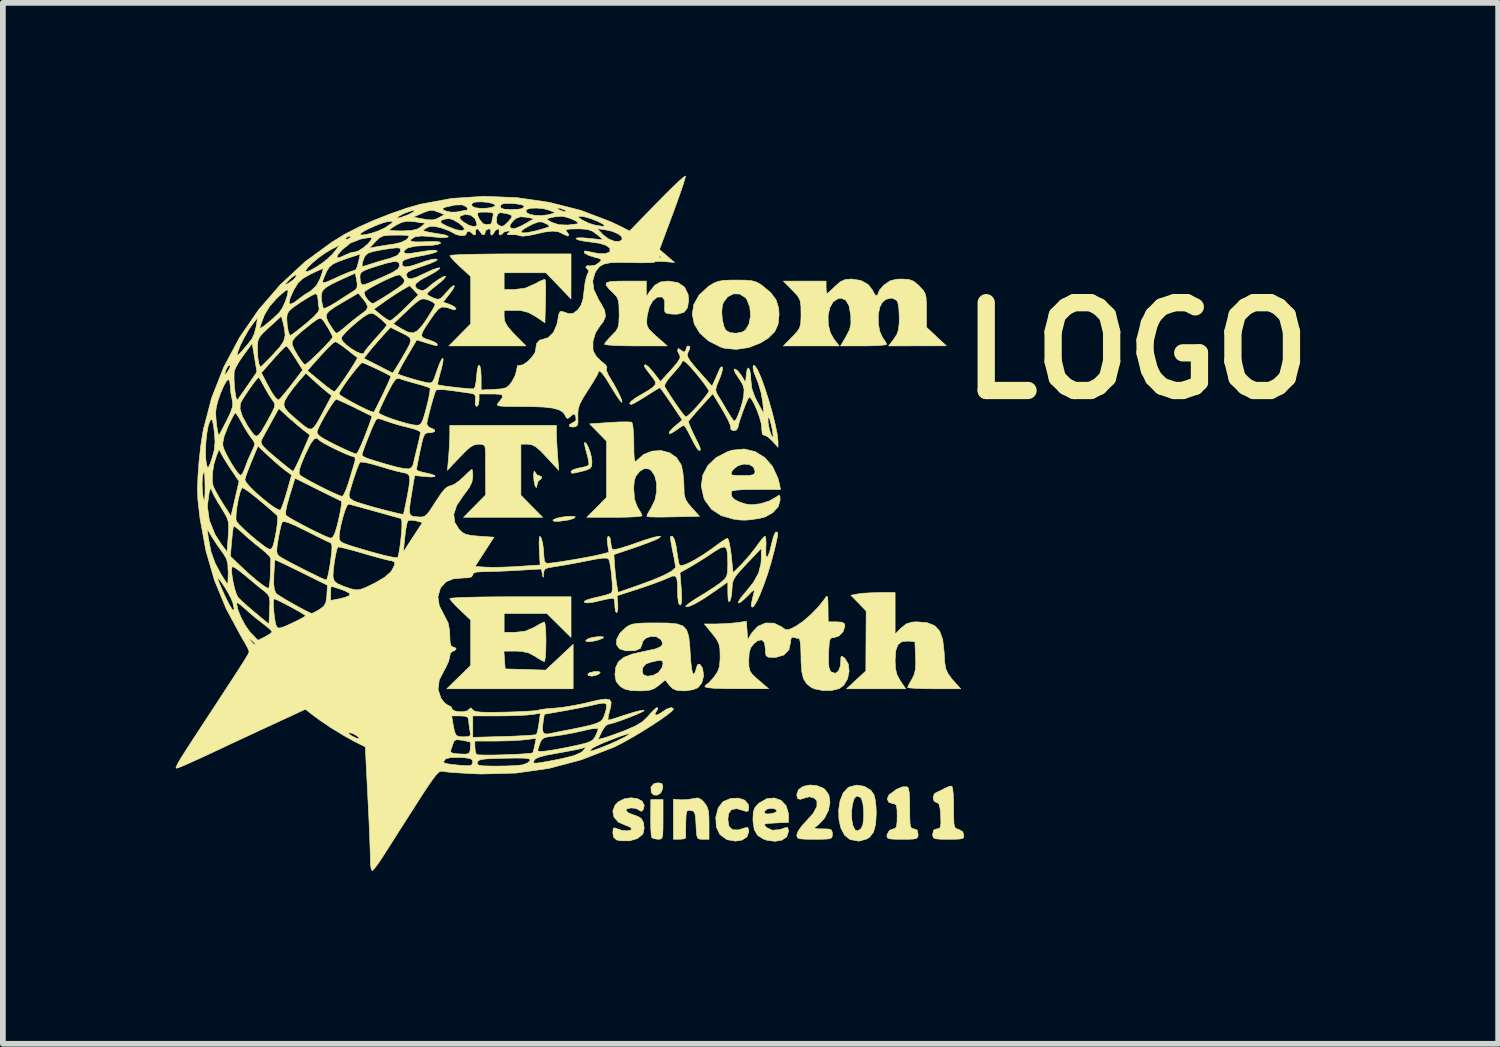
<source format=kicad_pcb>
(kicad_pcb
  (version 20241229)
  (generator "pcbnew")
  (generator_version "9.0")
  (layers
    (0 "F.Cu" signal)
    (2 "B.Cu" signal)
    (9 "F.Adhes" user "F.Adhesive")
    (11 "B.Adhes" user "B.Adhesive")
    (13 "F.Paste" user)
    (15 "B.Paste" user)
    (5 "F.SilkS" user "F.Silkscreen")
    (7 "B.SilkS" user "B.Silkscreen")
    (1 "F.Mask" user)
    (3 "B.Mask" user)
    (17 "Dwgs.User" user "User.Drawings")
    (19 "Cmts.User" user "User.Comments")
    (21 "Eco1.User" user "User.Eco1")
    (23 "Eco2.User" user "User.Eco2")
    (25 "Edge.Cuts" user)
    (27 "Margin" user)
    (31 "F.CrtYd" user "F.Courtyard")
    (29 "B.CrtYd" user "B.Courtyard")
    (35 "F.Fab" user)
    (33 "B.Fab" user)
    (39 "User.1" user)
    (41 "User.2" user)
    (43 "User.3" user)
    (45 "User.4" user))
  (footprint "LOGO"
    (layer "F.Cu")
    (at 6.68 6.038)
    (property "Reference" "LOGO" (at 10 -3 0) (layer "F.SilkS") (effects (font (size 1.524 1.524) (thickness 0.3))))
    (attr through_hole)
    (fp_poly (pts (xy 0.689 2.586) (xy 0.654 2.617) (xy 0.632 2.627) (xy 0.544 2.648) (xy 0.484 2.638) (xy 0.472 2.617) (xy 0.503 2.589) (xy 0.579 2.569) (xy 0.581 2.569) (xy 0.662 2.567) (xy 0.689 2.586)) (stroke (width 0.01) (type solid)) (fill yes) (layer "F.SilkS"))
    (fp_poly (pts (xy 1.756 4.51) (xy 1.774 4.556) (xy 1.771 4.599) (xy 1.739 4.674) (xy 1.678 4.713) (xy 1.614 4.71) (xy 1.574 4.665) (xy 1.568 4.573) (xy 1.621 4.513) (xy 1.689 4.499) (xy 1.756 4.51)) (stroke (width 0.01) (type solid)) (fill yes) (layer "F.SilkS"))
    (fp_poly (pts (xy 0.746 1.967) (xy 0.736 1.986) (xy 0.726 1.992) (xy 0.649 2.022) (xy 0.558 2.043) (xy 0.479 2.05) (xy 0.437 2.04) (xy 0.435 2.035) (xy 0.468 2.002) (xy 0.55 1.975) (xy 0.659 1.962) (xy 0.689 1.961) (xy 0.746 1.967)) (stroke (width 0.01) (type solid)) (fill yes) (layer "F.SilkS"))
    (fp_poly (pts (xy 0.251 -0.119) (xy 0.254 -0.113) (xy 0.222 -0.088) (xy 0.143 -0.064) (xy 0.118 -0.06) (xy -0.028 -0.04) (xy -0.113 -0.04) (xy -0.134 -0.058) (xy -0.125 -0.068) (xy -0.072 -0.092) (xy 0.017 -0.112) (xy 0.117 -0.125) (xy 0.203 -0.128) (xy 0.251 -0.119)) (stroke (width 0.01) (type solid)) (fill yes) (layer "F.SilkS"))
    (fp_poly (pts (xy 1.778 5.134) (xy 1.777 5.294) (xy 1.773 5.395) (xy 1.761 5.45) (xy 1.739 5.474) (xy 1.703 5.479) (xy 1.689 5.479) (xy 1.614 5.467) (xy 1.581 5.447) (xy 1.573 5.399) (xy 1.566 5.296) (xy 1.564 5.159) (xy 1.564 5.103) (xy 1.566 4.79) (xy 1.778 4.79) (xy 1.778 5.134)) (stroke (width 0.01) (type solid)) (fill yes) (layer "F.SilkS"))
    (fp_poly (pts (xy -0.449 -0.906) (xy -0.447 -0.898) (xy -0.408 -0.844) (xy -0.378 -0.835) (xy -0.332 -0.814) (xy -0.327 -0.798) (xy -0.352 -0.763) (xy -0.36 -0.762) (xy -0.391 -0.731) (xy -0.406 -0.68) (xy -0.418 -0.626) (xy -0.434 -0.639) (xy -0.445 -0.665) (xy -0.463 -0.749) (xy -0.468 -0.847) (xy -0.461 -0.906) (xy -0.449 -0.906)) (stroke (width 0.01) (type solid)) (fill yes) (layer "F.SilkS"))
    (fp_poly (pts (xy 0.442 -1.396) (xy 0.477 -1.334) (xy 0.511 -1.245) (xy 0.536 -1.149) (xy 0.544 -1.077) (xy 0.539 -0.999) (xy 0.509 -0.955) (xy 0.436 -0.925) (xy 0.383 -0.911) (xy 0.27 -0.884) (xy 0.209 -0.874) (xy 0.186 -0.881) (xy 0.181 -0.905) (xy 0.181 -0.907) (xy 0.214 -0.934) (xy 0.294 -0.96) (xy 0.327 -0.966) (xy 0.423 -0.987) (xy 0.483 -1.01) (xy 0.49 -1.017) (xy 0.49 -1.064) (xy 0.472 -1.156) (xy 0.454 -1.219) (xy 0.427 -1.321) (xy 0.414 -1.391) (xy 0.416 -1.408) (xy 0.442 -1.396)) (stroke (width 0.01) (type solid)) (fill yes) (layer "F.SilkS"))
    (fp_poly (pts (xy 3.198 4.802) (xy 3.258 4.874) (xy 3.266 4.92) (xy 3.257 4.986) (xy 3.221 4.996) (xy 3.202 4.989) (xy 3.062 4.948) (xy 2.967 4.962) (xy 2.916 5.033) (xy 2.903 5.134) (xy 2.922 5.253) (xy 2.981 5.313) (xy 3.083 5.317) (xy 3.202 5.28) (xy 3.249 5.274) (xy 3.265 5.322) (xy 3.266 5.349) (xy 3.235 5.436) (xy 3.152 5.492) (xy 3.036 5.511) (xy 2.902 5.488) (xy 2.878 5.479) (xy 2.767 5.398) (xy 2.704 5.269) (xy 2.694 5.102) (xy 2.694 5.096) (xy 2.737 4.932) (xy 2.822 4.824) (xy 2.953 4.77) (xy 2.954 4.77) (xy 3.091 4.765) (xy 3.198 4.802)) (stroke (width 0.01) (type solid)) (fill yes) (layer "F.SilkS"))
    (fp_poly (pts (xy -0.072 -1.569) (xy -0.069 -1.461) (xy -0.061 -1.315) (xy -0.052 -1.179) (xy -0.032 -0.925) (xy -0.243 -1.152) (xy -0.354 -1.268) (xy -0.436 -1.337) (xy -0.504 -1.37) (xy -0.572 -1.379) (xy -0.689 -1.379) (xy -0.689 -0.492) (xy -0.5 -0.3) (xy -0.311 -0.109) (xy -1.685 -0.109) (xy -1.3 -0.498) (xy -1.302 -0.848) (xy -1.303 -1.01) (xy -1.303 -1.154) (xy -1.304 -1.258) (xy -1.305 -1.288) (xy -1.317 -1.352) (xy -1.365 -1.376) (xy -1.423 -1.379) (xy -1.491 -1.369) (xy -1.559 -1.334) (xy -1.644 -1.262) (xy -1.751 -1.152) (xy -1.964 -0.925) (xy -1.943 -1.157) (xy -1.932 -1.311) (xy -1.925 -1.463) (xy -1.923 -1.547) (xy -1.923 -1.705) (xy -0.073 -1.705) (xy -0.072 -1.569)) (stroke (width 0.01) (type solid)) (fill yes) (layer "F.SilkS"))
    (fp_poly (pts (xy 2.444 4.791) (xy 2.492 4.841) (xy 2.537 4.904) (xy 2.563 4.977) (xy 2.574 5.082) (xy 2.576 5.209) (xy 2.576 5.479) (xy 2.469 5.479) (xy 2.412 5.476) (xy 2.379 5.458) (xy 2.363 5.406) (xy 2.354 5.307) (xy 2.351 5.234) (xy 2.343 5.103) (xy 2.33 5.028) (xy 2.305 4.992) (xy 2.262 4.978) (xy 2.259 4.978) (xy 2.214 4.977) (xy 2.189 4.999) (xy 2.178 5.062) (xy 2.173 5.18) (xy 2.173 5.195) (xy 2.171 5.319) (xy 2.171 5.413) (xy 2.173 5.452) (xy 2.145 5.471) (xy 2.07 5.479) (xy 2.068 5.479) (xy 1.959 5.479) (xy 1.959 4.784) (xy 2.077 4.794) (xy 2.199 4.791) (xy 2.301 4.773) (xy 2.382 4.761) (xy 2.444 4.791)) (stroke (width 0.01) (type solid)) (fill yes) (layer "F.SilkS"))
    (fp_poly (pts (xy 6.037 4.593) (xy 6.051 4.669) (xy 6.058 4.805) (xy 6.06 4.935) (xy 6.061 5.1) (xy 6.065 5.206) (xy 6.077 5.265) (xy 6.097 5.291) (xy 6.128 5.298) (xy 6.132 5.298) (xy 6.189 5.319) (xy 6.205 5.388) (xy 6.202 5.434) (xy 6.181 5.461) (xy 6.129 5.475) (xy 6.03 5.479) (xy 5.93 5.479) (xy 5.791 5.478) (xy 5.71 5.471) (xy 5.673 5.455) (xy 5.664 5.424) (xy 5.667 5.397) (xy 5.708 5.324) (xy 5.76 5.304) (xy 5.806 5.291) (xy 5.831 5.255) (xy 5.84 5.18) (xy 5.842 5.077) (xy 5.839 4.957) (xy 5.828 4.892) (xy 5.801 4.866) (xy 5.768 4.862) (xy 5.695 4.836) (xy 5.669 4.777) (xy 5.699 4.711) (xy 5.718 4.695) (xy 5.792 4.641) (xy 5.829 4.612) (xy 5.933 4.569) (xy 6.014 4.568) (xy 6.037 4.593)) (stroke (width 0.01) (type solid)) (fill yes) (layer "F.SilkS"))
    (fp_poly (pts (xy 6.805 4.6) (xy 6.815 4.698) (xy 6.821 4.835) (xy 6.822 4.934) (xy 6.823 5.098) (xy 6.827 5.203) (xy 6.839 5.263) (xy 6.86 5.292) (xy 6.894 5.303) (xy 6.903 5.304) (xy 6.977 5.346) (xy 6.997 5.397) (xy 6.998 5.439) (xy 6.98 5.463) (xy 6.926 5.475) (xy 6.822 5.479) (xy 6.734 5.479) (xy 6.594 5.478) (xy 6.512 5.471) (xy 6.473 5.454) (xy 6.46 5.421) (xy 6.459 5.388) (xy 6.476 5.318) (xy 6.533 5.298) (xy 6.574 5.291) (xy 6.594 5.261) (xy 6.601 5.191) (xy 6.597 5.071) (xy 6.586 4.94) (xy 6.567 4.868) (xy 6.537 4.844) (xy 6.531 4.844) (xy 6.482 4.817) (xy 6.466 4.756) (xy 6.485 4.694) (xy 6.52 4.667) (xy 6.602 4.631) (xy 6.675 4.592) (xy 6.748 4.56) (xy 6.792 4.558) (xy 6.805 4.6)) (stroke (width 0.01) (type solid)) (fill yes) (layer "F.SilkS"))
    (fp_poly (pts (xy 1.333 4.774) (xy 1.416 4.818) (xy 1.451 4.889) (xy 1.451 4.896) (xy 1.435 4.965) (xy 1.398 4.995) (xy 1.361 4.972) (xy 1.312 4.945) (xy 1.229 4.935) (xy 1.151 4.949) (xy 1.136 4.983) (xy 1.181 5.023) (xy 1.247 5.048) (xy 1.341 5.083) (xy 1.399 5.118) (xy 1.439 5.189) (xy 1.45 5.289) (xy 1.431 5.38) (xy 1.424 5.392) (xy 1.335 5.466) (xy 1.201 5.505) (xy 1.044 5.505) (xy 0.971 5.49) (xy 0.919 5.442) (xy 0.907 5.366) (xy 0.913 5.294) (xy 0.94 5.28) (xy 0.977 5.296) (xy 1.059 5.324) (xy 1.147 5.333) (xy 1.214 5.322) (xy 1.234 5.298) (xy 1.203 5.265) (xy 1.134 5.239) (xy 1.004 5.182) (xy 0.927 5.095) (xy 0.906 4.991) (xy 0.946 4.886) (xy 1.003 4.829) (xy 1.107 4.776) (xy 1.223 4.759) (xy 1.333 4.774)) (stroke (width 0.01) (type solid)) (fill yes) (layer "F.SilkS"))
    (fp_poly (pts (xy 5.27 4.559) (xy 5.383 4.627) (xy 5.439 4.705) (xy 5.46 4.788) (xy 5.475 4.913) (xy 5.479 5.026) (xy 5.468 5.219) (xy 5.431 5.355) (xy 5.364 5.442) (xy 5.31 5.475) (xy 5.177 5.511) (xy 5.041 5.487) (xy 5.018 5.479) (xy 4.928 5.406) (xy 4.865 5.285) (xy 4.831 5.133) (xy 4.827 4.983) (xy 5.052 4.983) (xy 5.052 5.124) (xy 5.073 5.24) (xy 5.111 5.316) (xy 5.147 5.334) (xy 5.194 5.311) (xy 5.218 5.29) (xy 5.247 5.224) (xy 5.261 5.113) (xy 5.261 4.984) (xy 5.248 4.863) (xy 5.222 4.775) (xy 5.205 4.752) (xy 5.142 4.727) (xy 5.095 4.771) (xy 5.063 4.885) (xy 5.052 4.983) (xy 4.827 4.983) (xy 4.827 4.968) (xy 4.851 4.81) (xy 4.905 4.675) (xy 4.989 4.583) (xy 5.005 4.573) (xy 5.136 4.539) (xy 5.27 4.559)) (stroke (width 0.01) (type solid)) (fill yes) (layer "F.SilkS"))
    (fp_poly (pts (xy 4.446 4.547) (xy 4.561 4.593) (xy 4.585 4.611) (xy 4.656 4.709) (xy 4.676 4.837) (xy 4.649 4.978) (xy 4.579 5.116) (xy 4.469 5.231) (xy 4.452 5.243) (xy 4.411 5.276) (xy 4.415 5.292) (xy 4.476 5.297) (xy 4.546 5.298) (xy 4.65 5.301) (xy 4.7 5.318) (xy 4.716 5.358) (xy 4.717 5.388) (xy 4.714 5.432) (xy 4.696 5.459) (xy 4.649 5.473) (xy 4.557 5.478) (xy 4.409 5.479) (xy 4.259 5.478) (xy 4.168 5.472) (xy 4.12 5.458) (xy 4.103 5.431) (xy 4.1 5.401) (xy 4.126 5.333) (xy 4.194 5.239) (xy 4.263 5.166) (xy 4.387 5.026) (xy 4.449 4.908) (xy 4.449 4.816) (xy 4.41 4.768) (xy 4.323 4.741) (xy 4.257 4.756) (xy 4.162 4.785) (xy 4.115 4.774) (xy 4.101 4.718) (xy 4.1 4.698) (xy 4.131 4.616) (xy 4.212 4.561) (xy 4.323 4.537) (xy 4.446 4.547)) (stroke (width 0.01) (type solid)) (fill yes) (layer "F.SilkS"))
    (fp_poly (pts (xy 0.181 -4.291) (xy 0.18 -3.901) (xy -0.037 -4.128) (xy -0.255 -4.354) (xy -0.98 -4.354) (xy -0.98 -4.064) (xy -0.796 -4.064) (xy -0.615 -4.086) (xy -0.449 -4.159) (xy -0.355 -4.21) (xy -0.288 -4.236) (xy -0.269 -4.236) (xy -0.263 -4.195) (xy -0.259 -4.097) (xy -0.26 -3.959) (xy -0.262 -3.853) (xy -0.272 -3.486) (xy -0.432 -3.594) (xy -0.559 -3.665) (xy -0.683 -3.696) (xy -0.786 -3.701) (xy -0.98 -3.701) (xy -0.98 -3.584) (xy -0.967 -3.507) (xy -0.924 -3.426) (xy -0.838 -3.325) (xy -0.79 -3.276) (xy -0.601 -3.084) (xy -1.939 -3.084) (xy -1.75 -3.276) (xy -1.56 -3.468) (xy -1.56 -4.289) (xy -1.742 -4.455) (xy -1.833 -4.543) (xy -1.898 -4.614) (xy -1.923 -4.651) (xy -1.923 -4.651) (xy -1.888 -4.659) (xy -1.79 -4.666) (xy -1.637 -4.672) (xy -1.439 -4.676) (xy -1.204 -4.679) (xy -0.942 -4.681) (xy -0.871 -4.681) (xy 0.181 -4.681) (xy 0.181 -4.291)) (stroke (width 0.01) (type solid)) (fill yes) (layer "F.SilkS"))
    (fp_poly (pts (xy 3.828 4.805) (xy 3.914 4.896) (xy 3.954 5.029) (xy 3.955 5.058) (xy 3.955 5.185) (xy 3.731 5.196) (xy 3.609 5.203) (xy 3.549 5.213) (xy 3.538 5.232) (xy 3.564 5.265) (xy 3.573 5.274) (xy 3.672 5.322) (xy 3.808 5.311) (xy 3.892 5.281) (xy 3.939 5.274) (xy 3.955 5.322) (xy 3.955 5.347) (xy 3.924 5.436) (xy 3.841 5.494) (xy 3.721 5.515) (xy 3.579 5.495) (xy 3.523 5.476) (xy 3.421 5.412) (xy 3.362 5.313) (xy 3.34 5.164) (xy 3.339 5.129) (xy 3.344 5.029) (xy 3.54 5.029) (xy 3.585 5.04) (xy 3.638 5.037) (xy 3.718 5.019) (xy 3.755 4.992) (xy 3.756 4.989) (xy 3.727 4.954) (xy 3.66 4.941) (xy 3.589 4.953) (xy 3.544 4.987) (xy 3.543 4.99) (xy 3.54 5.029) (xy 3.344 5.029) (xy 3.344 5.01) (xy 3.369 4.934) (xy 3.424 4.87) (xy 3.45 4.847) (xy 3.581 4.774) (xy 3.712 4.762) (xy 3.828 4.805)) (stroke (width 0.01) (type solid)) (fill yes) (layer "F.SilkS"))
    (fp_poly (pts (xy 0.181 1.975) (xy -0.238 1.56) (xy -0.98 1.56) (xy -0.98 1.887) (xy -0.789 1.887) (xy -0.617 1.868) (xy -0.469 1.806) (xy -0.454 1.797) (xy -0.362 1.744) (xy -0.296 1.711) (xy -0.281 1.707) (xy -0.27 1.74) (xy -0.26 1.83) (xy -0.255 1.961) (xy -0.254 2.05) (xy -0.257 2.198) (xy -0.264 2.315) (xy -0.275 2.383) (xy -0.282 2.395) (xy -0.326 2.376) (xy -0.406 2.329) (xy -0.443 2.304) (xy -0.555 2.244) (xy -0.68 2.217) (xy -0.78 2.213) (xy -0.984 2.213) (xy -0.973 2.368) (xy -0.962 2.522) (xy -0.61 2.532) (xy -0.259 2.543) (xy 0.218 2.096) (xy 0.218 2.867) (xy -1.975 2.867) (xy -1.56 2.461) (xy -1.56 1.674) (xy -1.742 1.502) (xy -1.833 1.412) (xy -1.898 1.34) (xy -1.923 1.301) (xy -1.923 1.3) (xy -1.888 1.293) (xy -1.79 1.286) (xy -1.637 1.28) (xy -1.439 1.275) (xy -1.204 1.272) (xy -0.942 1.27) (xy -0.871 1.27) (xy 0.181 1.27) (xy 0.181 1.975)) (stroke (width 0.01) (type solid)) (fill yes) (layer "F.SilkS"))
    (fp_poly (pts (xy 3.21 -4.225) (xy 3.319 -4.215) (xy 3.398 -4.193) (xy 3.468 -4.154) (xy 3.495 -4.135) (xy 3.647 -4.009) (xy 3.74 -3.884) (xy 3.784 -3.742) (xy 3.792 -3.629) (xy 3.775 -3.461) (xy 3.717 -3.331) (xy 3.607 -3.222) (xy 3.474 -3.138) (xy 3.267 -3.056) (xy 3.048 -3.024) (xy 2.841 -3.044) (xy 2.778 -3.064) (xy 2.569 -3.17) (xy 2.416 -3.306) (xy 2.321 -3.463) (xy 2.286 -3.632) (xy 2.292 -3.675) (xy 2.797 -3.675) (xy 2.807 -3.543) (xy 2.834 -3.424) (xy 2.868 -3.355) (xy 2.942 -3.314) (xy 3.048 -3.304) (xy 3.152 -3.325) (xy 3.209 -3.359) (xy 3.272 -3.468) (xy 3.298 -3.611) (xy 3.284 -3.761) (xy 3.232 -3.89) (xy 3.207 -3.923) (xy 3.11 -3.985) (xy 3.002 -3.988) (xy 2.901 -3.938) (xy 2.827 -3.841) (xy 2.808 -3.787) (xy 2.797 -3.675) (xy 2.292 -3.675) (xy 2.312 -3.802) (xy 2.402 -3.964) (xy 2.557 -4.109) (xy 2.581 -4.126) (xy 2.664 -4.176) (xy 2.742 -4.206) (xy 2.837 -4.222) (xy 2.971 -4.227) (xy 3.05 -4.227) (xy 3.21 -4.225)) (stroke (width 0.01) (type solid)) (fill yes) (layer "F.SilkS"))
    (fp_poly (pts (xy 5.806 1.918) (xy 5.912 1.811) (xy 6.001 1.74) (xy 6.099 1.71) (xy 6.182 1.705) (xy 6.362 1.72) (xy 6.492 1.771) (xy 6.579 1.865) (xy 6.632 2.011) (xy 6.656 2.217) (xy 6.658 2.254) (xy 6.667 2.41) (xy 6.686 2.52) (xy 6.726 2.608) (xy 6.795 2.701) (xy 6.854 2.767) (xy 6.944 2.867) (xy 6.484 2.867) (xy 6.311 2.865) (xy 6.167 2.86) (xy 6.067 2.853) (xy 6.024 2.845) (xy 6.023 2.844) (xy 6.041 2.801) (xy 6.084 2.723) (xy 6.098 2.701) (xy 6.138 2.619) (xy 6.159 2.526) (xy 6.164 2.397) (xy 6.161 2.315) (xy 6.15 2.05) (xy 6.037 2.039) (xy 5.927 2.047) (xy 5.856 2.1) (xy 5.817 2.207) (xy 5.806 2.371) (xy 5.813 2.519) (xy 5.84 2.627) (xy 5.895 2.727) (xy 5.898 2.731) (xy 5.99 2.867) (xy 4.964 2.867) (xy 5.131 2.712) (xy 5.298 2.558) (xy 5.301 2.037) (xy 5.304 1.516) (xy 5.172 1.38) (xy 5.039 1.244) (xy 5.155 1.221) (xy 5.25 1.209) (xy 5.387 1.201) (xy 5.538 1.197) (xy 5.806 1.197) (xy 5.806 1.918)) (stroke (width 0.01) (type solid)) (fill yes) (layer "F.SilkS"))
    (fp_poly (pts (xy 1.488 -3.939) (xy 1.547 -4.029) (xy 1.637 -4.139) (xy 1.735 -4.194) (xy 1.869 -4.209) (xy 1.874 -4.209) (xy 2.038 -4.182) (xy 2.152 -4.104) (xy 2.213 -3.978) (xy 2.223 -3.883) (xy 2.204 -3.748) (xy 2.141 -3.667) (xy 2.028 -3.635) (xy 1.941 -3.636) (xy 1.849 -3.646) (xy 1.81 -3.673) (xy 1.804 -3.736) (xy 1.808 -3.778) (xy 1.805 -3.876) (xy 1.772 -3.926) (xy 1.755 -3.934) (xy 1.676 -3.93) (xy 1.6 -3.867) (xy 1.54 -3.76) (xy 1.505 -3.62) (xy 1.503 -3.609) (xy 1.494 -3.508) (xy 1.501 -3.437) (xy 1.532 -3.377) (xy 1.599 -3.307) (xy 1.696 -3.22) (xy 1.851 -3.084) (xy 1.306 -3.084) (xy 1.117 -3.086) (xy 0.956 -3.091) (xy 0.837 -3.099) (xy 0.771 -3.108) (xy 0.762 -3.113) (xy 0.786 -3.154) (xy 0.847 -3.223) (xy 0.889 -3.266) (xy 0.955 -3.334) (xy 0.993 -3.395) (xy 1.011 -3.472) (xy 1.016 -3.588) (xy 1.016 -3.648) (xy 1.013 -3.788) (xy 1.001 -3.877) (xy 0.973 -3.939) (xy 0.923 -3.993) (xy 0.922 -3.994) (xy 0.831 -4.084) (xy 0.788 -4.144) (xy 0.798 -4.182) (xy 0.866 -4.201) (xy 0.998 -4.208) (xy 1.124 -4.209) (xy 1.488 -4.209) (xy 1.488 -3.939)) (stroke (width 0.01) (type solid)) (fill yes) (layer "F.SilkS"))
    (fp_poly (pts (xy 3.376 -1.25) (xy 3.544 -1.146) (xy 3.68 -0.99) (xy 3.772 -0.789) (xy 3.796 -0.698) (xy 3.817 -0.593) (xy 3.387 -0.592) (xy 3.185 -0.59) (xy 3.051 -0.581) (xy 2.978 -0.567) (xy 2.961 -0.55) (xy 2.969 -0.48) (xy 2.97 -0.473) (xy 3.009 -0.425) (xy 3.095 -0.378) (xy 3.203 -0.342) (xy 3.31 -0.327) (xy 3.313 -0.327) (xy 3.47 -0.345) (xy 3.625 -0.394) (xy 3.743 -0.461) (xy 3.747 -0.464) (xy 3.79 -0.495) (xy 3.807 -0.475) (xy 3.81 -0.408) (xy 3.777 -0.295) (xy 3.687 -0.193) (xy 3.558 -0.119) (xy 3.455 -0.091) (xy 3.312 -0.069) (xy 3.211 -0.06) (xy 3.123 -0.062) (xy 3.021 -0.075) (xy 2.999 -0.078) (xy 2.787 -0.139) (xy 2.619 -0.25) (xy 2.504 -0.406) (xy 2.485 -0.451) (xy 2.442 -0.652) (xy 2.467 -0.84) (xy 2.482 -0.868) (xy 2.959 -0.868) (xy 2.972 -0.846) (xy 3.028 -0.836) (xy 3.143 -0.835) (xy 3.156 -0.835) (xy 3.278 -0.837) (xy 3.344 -0.849) (xy 3.37 -0.874) (xy 3.375 -0.908) (xy 3.346 -0.984) (xy 3.274 -1.026) (xy 3.179 -1.033) (xy 3.08 -1.005) (xy 2.999 -0.942) (xy 2.976 -0.909) (xy 2.959 -0.868) (xy 2.482 -0.868) (xy 2.555 -1.007) (xy 2.7 -1.146) (xy 2.898 -1.248) (xy 2.982 -1.275) (xy 3.186 -1.295) (xy 3.376 -1.25)) (stroke (width 0.01) (type solid)) (fill yes) (layer "F.SilkS"))
    (fp_poly (pts (xy 1.216 -1.763) (xy 1.236 -1.759) (xy 1.251 -1.715) (xy 1.262 -1.617) (xy 1.27 -1.479) (xy 1.271 -1.386) (xy 1.273 -1.224) (xy 1.279 -1.125) (xy 1.291 -1.081) (xy 1.309 -1.082) (xy 1.317 -1.09) (xy 1.441 -1.2) (xy 1.588 -1.258) (xy 1.743 -1.268) (xy 1.89 -1.23) (xy 2.011 -1.147) (xy 2.092 -1.022) (xy 2.102 -0.991) (xy 2.124 -0.874) (xy 2.138 -0.727) (xy 2.141 -0.639) (xy 2.145 -0.512) (xy 2.167 -0.424) (xy 2.218 -0.344) (xy 2.276 -0.277) (xy 2.411 -0.127) (xy 1.963 -0.117) (xy 1.79 -0.114) (xy 1.645 -0.114) (xy 1.543 -0.117) (xy 1.498 -0.123) (xy 1.498 -0.123) (xy 1.506 -0.16) (xy 1.547 -0.234) (xy 1.575 -0.278) (xy 1.638 -0.41) (xy 1.667 -0.559) (xy 1.665 -0.708) (xy 1.632 -0.836) (xy 1.57 -0.925) (xy 1.53 -0.948) (xy 1.457 -0.957) (xy 1.386 -0.916) (xy 1.359 -0.89) (xy 1.306 -0.824) (xy 1.279 -0.744) (xy 1.27 -0.625) (xy 1.27 -0.591) (xy 1.284 -0.42) (xy 1.329 -0.295) (xy 1.343 -0.272) (xy 1.391 -0.193) (xy 1.414 -0.14) (xy 1.415 -0.136) (xy 1.381 -0.126) (xy 1.288 -0.118) (xy 1.149 -0.112) (xy 0.977 -0.109) (xy 0.936 -0.109) (xy 0.456 -0.109) (xy 0.627 -0.282) (xy 0.798 -0.456) (xy 0.798 -1.431) (xy 0.504 -1.731) (xy 0.853 -1.755) (xy 1.006 -1.764) (xy 1.133 -1.766) (xy 1.216 -1.763)) (stroke (width 0.01) (type solid)) (fill yes) (layer "F.SilkS"))
    (fp_poly (pts (xy 1.868 1.726) (xy 2.021 1.741) (xy 2.125 1.778) (xy 2.188 1.847) (xy 2.224 1.957) (xy 2.242 2.118) (xy 2.25 2.251) (xy 2.261 2.408) (xy 2.276 2.529) (xy 2.294 2.601) (xy 2.304 2.614) (xy 2.335 2.584) (xy 2.352 2.523) (xy 2.377 2.447) (xy 2.416 2.44) (xy 2.46 2.502) (xy 2.465 2.515) (xy 2.483 2.642) (xy 2.451 2.765) (xy 2.382 2.849) (xy 2.3 2.882) (xy 2.183 2.901) (xy 2.135 2.903) (xy 2.019 2.895) (xy 1.944 2.863) (xy 1.89 2.808) (xy 1.816 2.714) (xy 1.703 2.808) (xy 1.626 2.863) (xy 1.543 2.892) (xy 1.427 2.902) (xy 1.363 2.903) (xy 1.214 2.896) (xy 1.112 2.871) (xy 1.039 2.828) (xy 0.965 2.741) (xy 0.943 2.626) (xy 0.949 2.574) (xy 1.416 2.574) (xy 1.439 2.625) (xy 1.509 2.649) (xy 1.603 2.635) (xy 1.692 2.589) (xy 1.705 2.576) (xy 1.76 2.498) (xy 1.778 2.432) (xy 1.767 2.385) (xy 1.722 2.374) (xy 1.66 2.383) (xy 1.557 2.408) (xy 1.479 2.438) (xy 1.428 2.496) (xy 1.416 2.574) (xy 0.949 2.574) (xy 0.957 2.495) (xy 1.005 2.397) (xy 1.097 2.322) (xy 1.241 2.265) (xy 1.447 2.218) (xy 1.482 2.211) (xy 1.646 2.175) (xy 1.741 2.134) (xy 1.773 2.084) (xy 1.748 2.021) (xy 1.741 2.013) (xy 1.664 1.964) (xy 1.569 1.957) (xy 1.48 1.987) (xy 1.424 2.048) (xy 1.415 2.09) (xy 1.384 2.166) (xy 1.292 2.206) (xy 1.138 2.208) (xy 1.125 2.207) (xy 1.021 2.172) (xy 0.971 2.101) (xy 0.974 2.007) (xy 1.031 1.901) (xy 1.137 1.8) (xy 1.19 1.766) (xy 1.253 1.744) (xy 1.341 1.731) (xy 1.47 1.725) (xy 1.653 1.724) (xy 1.868 1.726)) (stroke (width 0.01) (type solid)) (fill yes) (layer "F.SilkS"))
    (fp_poly (pts (xy 6.042 -4.238) (xy 6.127 -4.207) (xy 6.211 -4.138) (xy 6.227 -4.122) (xy 6.288 -4.057) (xy 6.324 -4) (xy 6.343 -3.929) (xy 6.349 -3.823) (xy 6.35 -3.704) (xy 6.35 -3.409) (xy 6.522 -3.247) (xy 6.695 -3.086) (xy 6.194 -3.085) (xy 5.693 -3.084) (xy 5.786 -3.206) (xy 5.837 -3.284) (xy 5.865 -3.368) (xy 5.877 -3.481) (xy 5.878 -3.579) (xy 5.872 -3.723) (xy 5.855 -3.829) (xy 5.835 -3.875) (xy 5.749 -3.916) (xy 5.65 -3.893) (xy 5.588 -3.846) (xy 5.539 -3.755) (xy 5.514 -3.621) (xy 5.515 -3.472) (xy 5.54 -3.332) (xy 5.588 -3.229) (xy 5.638 -3.158) (xy 5.66 -3.112) (xy 5.66 -3.111) (xy 5.626 -3.101) (xy 5.535 -3.092) (xy 5.4 -3.086) (xy 5.26 -3.084) (xy 4.859 -3.084) (xy 4.956 -3.249) (xy 5.015 -3.365) (xy 5.039 -3.468) (xy 5.037 -3.599) (xy 5.036 -3.614) (xy 5.007 -3.779) (xy 4.951 -3.878) (xy 4.868 -3.913) (xy 4.817 -3.906) (xy 4.731 -3.85) (xy 4.672 -3.745) (xy 4.643 -3.608) (xy 4.646 -3.458) (xy 4.682 -3.313) (xy 4.74 -3.209) (xy 4.835 -3.084) (xy 3.867 -3.084) (xy 4.02 -3.24) (xy 4.101 -3.325) (xy 4.146 -3.393) (xy 4.167 -3.469) (xy 4.173 -3.58) (xy 4.173 -3.647) (xy 4.171 -3.781) (xy 4.158 -3.869) (xy 4.124 -3.938) (xy 4.061 -4.012) (xy 4.02 -4.054) (xy 3.867 -4.209) (xy 4.608 -4.209) (xy 4.608 -4.1) (xy 4.612 -4.024) (xy 4.623 -3.991) (xy 4.623 -3.991) (xy 4.655 -4.015) (xy 4.719 -4.074) (xy 4.764 -4.118) (xy 4.857 -4.199) (xy 4.943 -4.237) (xy 5.053 -4.245) (xy 5.211 -4.22) (xy 5.338 -4.15) (xy 5.418 -4.046) (xy 5.425 -4.027) (xy 5.46 -3.968) (xy 5.497 -3.959) (xy 5.515 -4.004) (xy 5.515 -4.006) (xy 5.541 -4.061) (xy 5.606 -4.132) (xy 5.627 -4.151) (xy 5.723 -4.215) (xy 5.832 -4.242) (xy 5.921 -4.245) (xy 6.042 -4.238)) (stroke (width 0.01) (type solid)) (fill yes) (layer "F.SilkS"))
    (fp_poly (pts (xy 4.634 1.278) (xy 4.64 1.351) (xy 4.642 1.46) (xy 4.645 1.705) (xy 4.79 1.705) (xy 4.886 1.712) (xy 4.928 1.738) (xy 4.935 1.771) (xy 4.906 1.872) (xy 4.833 1.949) (xy 4.747 1.978) (xy 4.704 1.982) (xy 4.678 2.006) (xy 4.664 2.064) (xy 4.656 2.172) (xy 4.652 2.253) (xy 4.65 2.407) (xy 4.66 2.504) (xy 4.683 2.56) (xy 4.698 2.575) (xy 4.765 2.599) (xy 4.822 2.561) (xy 4.856 2.472) (xy 4.862 2.403) (xy 4.865 2.32) (xy 4.88 2.299) (xy 4.922 2.329) (xy 4.935 2.34) (xy 4.994 2.439) (xy 5.008 2.565) (xy 4.98 2.695) (xy 4.915 2.805) (xy 4.838 2.863) (xy 4.705 2.896) (xy 4.549 2.897) (xy 4.406 2.868) (xy 4.348 2.841) (xy 4.269 2.777) (xy 4.216 2.692) (xy 4.187 2.572) (xy 4.174 2.402) (xy 4.173 2.302) (xy 4.169 2.163) (xy 4.16 2.057) (xy 4.146 2.001) (xy 4.14 1.996) (xy 4.079 1.984) (xy 4.049 1.974) (xy 4.008 1.974) (xy 3.993 2.027) (xy 3.991 2.064) (xy 3.961 2.194) (xy 3.874 2.281) (xy 3.739 2.321) (xy 3.701 2.322) (xy 3.608 2.319) (xy 3.567 2.294) (xy 3.556 2.229) (xy 3.556 2.181) (xy 3.539 2.067) (xy 3.492 2.017) (xy 3.419 2.033) (xy 3.354 2.085) (xy 3.3 2.155) (xy 3.273 2.24) (xy 3.266 2.368) (xy 3.266 2.372) (xy 3.269 2.484) (xy 3.287 2.559) (xy 3.334 2.624) (xy 3.421 2.704) (xy 3.438 2.718) (xy 3.61 2.866) (xy 3.057 2.866) (xy 2.833 2.864) (xy 2.662 2.858) (xy 2.55 2.847) (xy 2.505 2.833) (xy 2.504 2.83) (xy 2.525 2.795) (xy 2.531 2.794) (xy 2.568 2.768) (xy 2.63 2.702) (xy 2.663 2.663) (xy 2.723 2.576) (xy 2.755 2.49) (xy 2.767 2.376) (xy 2.769 2.304) (xy 2.765 2.172) (xy 2.746 2.08) (xy 2.701 1.998) (xy 2.632 1.909) (xy 2.495 1.742) (xy 2.694 1.742) (xy 2.846 1.737) (xy 3.001 1.726) (xy 3.059 1.719) (xy 3.225 1.696) (xy 3.236 1.855) (xy 3.248 2.014) (xy 3.319 1.896) (xy 3.425 1.782) (xy 3.559 1.725) (xy 3.704 1.728) (xy 3.841 1.794) (xy 3.858 1.808) (xy 3.903 1.84) (xy 3.951 1.842) (xy 4.026 1.811) (xy 4.084 1.781) (xy 4.208 1.697) (xy 4.348 1.575) (xy 4.482 1.437) (xy 4.584 1.306) (xy 4.597 1.286) (xy 4.62 1.259) (xy 4.634 1.278)) (stroke (width 0.01) (type solid)) (fill yes) (layer "F.SilkS"))
    (fp_poly (pts (xy 2.246 -3.071) (xy 2.237 -3.023) (xy 2.211 -2.971) (xy 2.199 -2.93) (xy 2.213 -2.88) (xy 2.259 -2.81) (xy 2.345 -2.706) (xy 2.401 -2.642) (xy 2.629 -2.385) (xy 2.692 -2.526) (xy 2.735 -2.622) (xy 2.765 -2.691) (xy 2.77 -2.703) (xy 2.801 -2.722) (xy 2.81 -2.716) (xy 2.81 -2.672) (xy 2.786 -2.585) (xy 2.754 -2.503) (xy 2.709 -2.394) (xy 2.693 -2.325) (xy 2.704 -2.273) (xy 2.735 -2.219) (xy 2.79 -2.13) (xy 2.859 -2.013) (xy 2.895 -1.951) (xy 2.954 -1.856) (xy 2.999 -1.793) (xy 3.017 -1.779) (xy 3.047 -1.81) (xy 3.085 -1.892) (xy 3.125 -2.003) (xy 3.16 -2.124) (xy 3.179 -2.226) (xy 3.185 -2.329) (xy 3.162 -2.413) (xy 3.1 -2.513) (xy 3.087 -2.531) (xy 3.029 -2.622) (xy 3.011 -2.675) (xy 3.022 -2.685) (xy 3.069 -2.657) (xy 3.128 -2.586) (xy 3.14 -2.567) (xy 3.211 -2.449) (xy 3.223 -2.586) (xy 3.238 -2.677) (xy 3.26 -2.702) (xy 3.282 -2.67) (xy 3.298 -2.587) (xy 3.302 -2.501) (xy 3.318 -2.35) (xy 3.372 -2.198) (xy 3.415 -2.113) (xy 3.528 -1.905) (xy 3.508 -2.114) (xy 3.48 -2.272) (xy 3.43 -2.441) (xy 3.398 -2.521) (xy 3.356 -2.629) (xy 3.34 -2.708) (xy 3.346 -2.748) (xy 3.372 -2.738) (xy 3.418 -2.67) (xy 3.424 -2.659) (xy 3.482 -2.526) (xy 3.546 -2.349) (xy 3.611 -2.146) (xy 3.672 -1.935) (xy 3.722 -1.734) (xy 3.758 -1.562) (xy 3.773 -1.437) (xy 3.774 -1.423) (xy 3.774 -1.326) (xy 3.673 -1.437) (xy 3.6 -1.503) (xy 3.542 -1.534) (xy 3.529 -1.533) (xy 3.5 -1.555) (xy 3.491 -1.644) (xy 3.492 -1.658) (xy 3.482 -1.74) (xy 3.459 -1.823) (xy 3.6 -1.823) (xy 3.602 -1.754) (xy 3.617 -1.664) (xy 3.641 -1.576) (xy 3.666 -1.513) (xy 3.687 -1.498) (xy 3.688 -1.539) (xy 3.675 -1.628) (xy 3.658 -1.709) (xy 3.63 -1.814) (xy 3.61 -1.847) (xy 3.6 -1.823) (xy 3.459 -1.823) (xy 3.452 -1.849) (xy 3.41 -1.966) (xy 3.362 -2.075) (xy 3.317 -2.157) (xy 3.281 -2.195) (xy 3.27 -2.193) (xy 3.243 -2.145) (xy 3.203 -2.05) (xy 3.158 -1.932) (xy 3.117 -1.813) (xy 3.088 -1.716) (xy 3.078 -1.668) (xy 3.048 -1.622) (xy 3.008 -1.612) (xy 2.957 -1.63) (xy 2.955 -1.659) (xy 2.946 -1.71) (xy 2.904 -1.804) (xy 2.839 -1.925) (xy 2.807 -1.98) (xy 2.641 -2.254) (xy 2.436 -2.028) (xy 2.341 -1.922) (xy 2.267 -1.835) (xy 2.225 -1.783) (xy 2.22 -1.776) (xy 2.23 -1.731) (xy 2.266 -1.642) (xy 2.32 -1.528) (xy 2.384 -1.4) (xy 2.418 -1.323) (xy 2.427 -1.284) (xy 2.414 -1.271) (xy 2.402 -1.27) (xy 2.372 -1.3) (xy 2.324 -1.379) (xy 2.268 -1.488) (xy 2.212 -1.598) (xy 2.165 -1.676) (xy 2.139 -1.705) (xy 2.096 -1.685) (xy 2.026 -1.636) (xy 2.022 -1.633) (xy 1.931 -1.573) (xy 1.885 -1.562) (xy 1.89 -1.594) (xy 1.953 -1.663) (xy 1.972 -1.679) (xy 2.112 -1.798) (xy 1.924 -2.078) (xy 1.841 -2.2) (xy 1.774 -2.295) (xy 1.731 -2.35) (xy 1.722 -2.359) (xy 1.687 -2.34) (xy 1.607 -2.292) (xy 1.5 -2.224) (xy 1.483 -2.213) (xy 1.37 -2.143) (xy 1.28 -2.091) (xy 1.23 -2.069) (xy 1.228 -2.068) (xy 1.196 -2.083) (xy 1.225 -2.124) (xy 1.311 -2.187) (xy 1.37 -2.222) (xy 1.515 -2.307) (xy 1.605 -2.368) (xy 1.615 -2.38) (xy 1.805 -2.38) (xy 1.898 -2.23) (xy 1.991 -2.089) (xy 2.074 -1.971) (xy 2.137 -1.887) (xy 2.174 -1.851) (xy 2.176 -1.851) (xy 2.213 -1.876) (xy 2.284 -1.943) (xy 2.373 -2.039) (xy 2.391 -2.059) (xy 2.479 -2.163) (xy 2.544 -2.247) (xy 2.575 -2.296) (xy 2.576 -2.3) (xy 2.554 -2.341) (xy 2.497 -2.423) (xy 2.414 -2.53) (xy 2.373 -2.581) (xy 2.253 -2.722) (xy 2.17 -2.804) (xy 2.121 -2.83) (xy 2.105 -2.802) (xy 2.105 -2.799) (xy 2.082 -2.758) (xy 2.021 -2.682) (xy 1.943 -2.594) (xy 1.863 -2.5) (xy 1.814 -2.422) (xy 1.805 -2.38) (xy 1.615 -2.38) (xy 1.646 -2.416) (xy 1.644 -2.464) (xy 1.607 -2.523) (xy 1.567 -2.574) (xy 1.501 -2.659) (xy 1.459 -2.721) (xy 1.451 -2.737) (xy 1.47 -2.76) (xy 1.521 -2.726) (xy 1.599 -2.64) (xy 1.621 -2.612) (xy 1.733 -2.466) (xy 1.921 -2.671) (xy 2.023 -2.791) (xy 2.072 -2.87) (xy 2.072 -2.914) (xy 2.07 -2.915) (xy 2.035 -2.985) (xy 2.032 -3.008) (xy 2.042 -3.042) (xy 2.076 -3.019) (xy 2.137 -2.978) (xy 2.173 -2.999) (xy 2.177 -3.03) (xy 2.197 -3.078) (xy 2.213 -3.084) (xy 2.246 -3.071)) (stroke (width 0.01) (type solid)) (fill yes) (layer "F.SilkS"))
    (fp_poly (pts (xy 2.168 -6.033) (xy 2.159 -5.99) (xy 2.129 -5.89) (xy 2.08 -5.746) (xy 2.017 -5.568) (xy 1.948 -5.379) (xy 1.716 -4.757) (xy 1.847 -4.645) (xy 1.978 -4.532) (xy 1.805 -4.548) (xy 1.705 -4.552) (xy 1.643 -4.547) (xy 1.633 -4.54) (xy 1.599 -4.532) (xy 1.507 -4.528) (xy 1.371 -4.527) (xy 1.22 -4.53) (xy 1.01 -4.534) (xy 0.859 -4.527) (xy 0.753 -4.505) (xy 0.68 -4.465) (xy 0.626 -4.402) (xy 0.596 -4.349) (xy 0.557 -4.212) (xy 0.577 -4.062) (xy 0.659 -3.888) (xy 0.693 -3.834) (xy 0.765 -3.702) (xy 0.779 -3.596) (xy 0.736 -3.496) (xy 0.684 -3.433) (xy 0.605 -3.309) (xy 0.562 -3.161) (xy 0.562 -3.02) (xy 0.57 -2.989) (xy 0.623 -2.898) (xy 0.709 -2.814) (xy 0.721 -2.806) (xy 0.785 -2.751) (xy 0.805 -2.711) (xy 0.8 -2.704) (xy 0.794 -2.661) (xy 0.831 -2.576) (xy 0.848 -2.547) (xy 0.927 -2.415) (xy 0.995 -2.29) (xy 1.043 -2.188) (xy 1.066 -2.122) (xy 1.062 -2.105) (xy 1.032 -2.134) (xy 0.977 -2.212) (xy 0.906 -2.325) (xy 0.875 -2.377) (xy 0.781 -2.529) (xy 0.711 -2.622) (xy 0.668 -2.652) (xy 0.653 -2.62) (xy 0.635 -2.578) (xy 0.585 -2.491) (xy 0.513 -2.375) (xy 0.473 -2.313) (xy 0.385 -2.173) (xy 0.332 -2.072) (xy 0.306 -1.989) (xy 0.299 -1.904) (xy 0.3 -1.861) (xy 0.302 -1.755) (xy 0.287 -1.701) (xy 0.248 -1.68) (xy 0.227 -1.676) (xy 0.16 -1.682) (xy 0.15 -1.714) (xy 0.203 -1.748) (xy 0.215 -1.752) (xy 0.267 -1.787) (xy 0.265 -1.848) (xy 0.245 -1.901) (xy 0.213 -1.896) (xy 0.178 -1.865) (xy 0.126 -1.825) (xy 0.1 -1.836) (xy 0.087 -1.865) (xy 0.047 -1.928) (xy -0.023 -1.973) (xy -0.134 -2.004) (xy -0.294 -2.023) (xy -0.513 -2.031) (xy -0.639 -2.032) (xy -0.836 -2.033) (xy -0.971 -2.035) (xy -1.054 -2.041) (xy -1.093 -2.052) (xy -1.1 -2.069) (xy -1.083 -2.093) (xy -1.082 -2.095) (xy -1.018 -2.176) (xy -1.004 -2.222) (xy -1.046 -2.244) (xy -1.153 -2.25) (xy -1.195 -2.25) (xy -1.415 -2.25) (xy -1.415 -2.141) (xy -1.427 -2.064) (xy -1.455 -2.032) (xy -1.456 -2.032) (xy -1.481 -2.063) (xy -1.48 -2.14) (xy -1.477 -2.217) (xy -1.512 -2.252) (xy -1.576 -2.264) (xy -1.673 -2.278) (xy -1.807 -2.297) (xy -1.916 -2.312) (xy -2.037 -2.325) (xy -2.127 -2.325) (xy -2.164 -2.315) (xy -2.185 -2.261) (xy -2.216 -2.16) (xy -2.252 -2.033) (xy -2.285 -1.904) (xy -2.311 -1.796) (xy -2.322 -1.731) (xy -2.322 -1.728) (xy -2.292 -1.679) (xy -2.25 -1.659) (xy -2.186 -1.627) (xy -2.188 -1.595) (xy -2.252 -1.577) (xy -2.275 -1.577) (xy -2.323 -1.574) (xy -2.356 -1.553) (xy -2.382 -1.501) (xy -2.408 -1.404) (xy -2.437 -1.27) (xy -2.466 -1.128) (xy -2.488 -1.014) (xy -2.501 -0.946) (xy -2.502 -0.936) (xy -2.471 -0.914) (xy -2.393 -0.891) (xy -2.368 -0.886) (xy -2.245 -0.858) (xy -2.182 -0.833) (xy -2.181 -0.815) (xy -2.246 -0.809) (xy -2.328 -0.814) (xy -2.533 -0.834) (xy -2.574 -0.59) (xy -2.605 -0.401) (xy -2.622 -0.272) (xy -2.622 -0.191) (xy -2.604 -0.146) (xy -2.564 -0.126) (xy -2.502 -0.118) (xy -2.486 -0.117) (xy -2.415 -0.114) (xy -2.363 -0.126) (xy -2.317 -0.163) (xy -2.261 -0.237) (xy -2.182 -0.359) (xy -2.169 -0.38) (xy -2.073 -0.524) (xy -2.001 -0.611) (xy -1.943 -0.649) (xy -1.92 -0.653) (xy -1.852 -0.678) (xy -1.761 -0.741) (xy -1.697 -0.798) (xy -1.616 -0.877) (xy -1.557 -0.93) (xy -1.538 -0.943) (xy -1.529 -0.911) (xy -1.524 -0.833) (xy -1.524 -0.816) (xy -1.538 -0.724) (xy -1.586 -0.624) (xy -1.679 -0.498) (xy -1.687 -0.488) (xy -1.804 -0.315) (xy -1.854 -0.161) (xy -1.837 -0.022) (xy -1.763 0.098) (xy -1.707 0.153) (xy -1.643 0.186) (xy -1.549 0.206) (xy -1.416 0.218) (xy -1.157 0.236) (xy -1.484 0.744) (xy -1.296 0.756) (xy -1.176 0.759) (xy -1.01 0.756) (xy -0.827 0.749) (xy -0.731 0.743) (xy -0.355 0.718) (xy -0.369 0.468) (xy -0.373 0.344) (xy -0.37 0.254) (xy -0.36 0.218) (xy -0.36 0.218) (xy -0.336 0.25) (xy -0.313 0.334) (xy -0.297 0.447) (xy -0.29 0.567) (xy -0.28 0.655) (xy -0.244 0.688) (xy -0.227 0.689) (xy -0.152 0.683) (xy -0.026 0.666) (xy 0.132 0.641) (xy 0.304 0.612) (xy 0.469 0.582) (xy 0.608 0.555) (xy 0.681 0.538) (xy 0.839 0.498) (xy 0.816 0.358) (xy 0.808 0.257) (xy 0.828 0.218) (xy 0.831 0.218) (xy 0.859 0.249) (xy 0.871 0.324) (xy 0.881 0.408) (xy 0.904 0.452) (xy 0.95 0.449) (xy 1.048 0.424) (xy 1.182 0.382) (xy 1.29 0.345) (xy 1.467 0.283) (xy 1.605 0.241) (xy 1.697 0.22) (xy 1.737 0.22) (xy 1.717 0.243) (xy 1.688 0.262) (xy 1.624 0.291) (xy 1.509 0.336) (xy 1.364 0.389) (xy 1.271 0.421) (xy 0.925 0.538) (xy 0.938 0.732) (xy 0.95 0.874) (xy 0.967 1.011) (xy 0.974 1.06) (xy 0.998 1.194) (xy 1.343 1.074) (xy 1.595 0.981) (xy 1.789 0.899) (xy 1.921 0.829) (xy 1.987 0.773) (xy 1.995 0.752) (xy 1.987 0.696) (xy 1.969 0.591) (xy 1.944 0.472) (xy 1.921 0.35) (xy 1.907 0.261) (xy 1.906 0.223) (xy 1.942 0.22) (xy 1.977 0.279) (xy 2.005 0.391) (xy 2.016 0.468) (xy 2.034 0.591) (xy 2.053 0.686) (xy 2.067 0.723) (xy 2.11 0.729) (xy 2.199 0.696) (xy 2.323 0.633) (xy 2.469 0.544) (xy 2.626 0.437) (xy 2.701 0.381) (xy 2.797 0.312) (xy 2.87 0.266) (xy 2.898 0.254) (xy 2.916 0.287) (xy 2.936 0.376) (xy 2.956 0.504) (xy 2.962 0.553) (xy 2.994 0.853) (xy 3.142 0.705) (xy 3.253 0.583) (xy 3.364 0.445) (xy 3.407 0.387) (xy 3.474 0.295) (xy 3.527 0.233) (xy 3.549 0.218) (xy 3.561 0.25) (xy 3.566 0.335) (xy 3.563 0.426) (xy 3.563 0.541) (xy 3.576 0.587) (xy 3.599 0.567) (xy 3.63 0.485) (xy 3.665 0.341) (xy 3.666 0.336) (xy 3.694 0.23) (xy 3.723 0.161) (xy 3.74 0.145) (xy 3.76 0.148) (xy 3.77 0.167) (xy 3.766 0.213) (xy 3.748 0.301) (xy 3.715 0.442) (xy 3.703 0.49) (xy 3.651 0.686) (xy 3.59 0.884) (xy 3.525 1.069) (xy 3.461 1.231) (xy 3.402 1.356) (xy 3.354 1.433) (xy 3.329 1.451) (xy 3.312 1.438) (xy 3.312 1.39) (xy 3.332 1.294) (xy 3.361 1.179) (xy 3.357 1.152) (xy 3.315 1.183) (xy 3.258 1.243) (xy 3.178 1.321) (xy 3.112 1.371) (xy 3.088 1.379) (xy 3.087 1.355) (xy 3.126 1.292) (xy 3.199 1.203) (xy 3.203 1.199) (xy 3.348 1.019) (xy 3.437 0.856) (xy 3.478 0.694) (xy 3.483 0.599) (xy 3.483 0.429) (xy 3.231 0.695) (xy 3.115 0.82) (xy 3.041 0.909) (xy 3 0.979) (xy 2.981 1.045) (xy 2.976 1.123) (xy 2.976 1.125) (xy 2.968 1.237) (xy 2.948 1.324) (xy 2.939 1.343) (xy 2.918 1.354) (xy 2.907 1.303) (xy 2.903 1.205) (xy 2.903 1.012) (xy 2.676 1.173) (xy 2.486 1.301) (xy 2.333 1.391) (xy 2.225 1.438) (xy 2.171 1.443) (xy 2.183 1.421) (xy 2.245 1.372) (xy 2.347 1.304) (xy 2.4 1.272) (xy 2.541 1.185) (xy 2.673 1.099) (xy 2.771 1.03) (xy 2.785 1.019) (xy 2.849 0.963) (xy 2.884 0.908) (xy 2.899 0.831) (xy 2.902 0.708) (xy 2.902 0.689) (xy 2.898 0.529) (xy 2.881 0.436) (xy 2.842 0.403) (xy 2.77 0.424) (xy 2.658 0.493) (xy 2.629 0.512) (xy 2.49 0.604) (xy 2.344 0.695) (xy 2.242 0.755) (xy 2.072 0.851) (xy 2.094 1.133) (xy 2.102 1.289) (xy 2.097 1.38) (xy 2.078 1.414) (xy 2.074 1.415) (xy 2.048 1.38) (xy 2.034 1.28) (xy 2.032 1.2) (xy 2.029 1.044) (xy 2.017 0.95) (xy 1.988 0.909) (xy 1.936 0.912) (xy 1.857 0.946) (xy 1.766 0.985) (xy 1.627 1.037) (xy 1.462 1.095) (xy 1.352 1.132) (xy 0.98 1.252) (xy 0.993 1.389) (xy 0.993 1.482) (xy 0.979 1.54) (xy 0.974 1.545) (xy 0.954 1.527) (xy 0.944 1.458) (xy 0.943 1.441) (xy 0.938 1.353) (xy 0.926 1.302) (xy 0.925 1.3) (xy 0.882 1.298) (xy 0.793 1.312) (xy 0.717 1.33) (xy 0.559 1.366) (xy 0.455 1.377) (xy 0.411 1.365) (xy 0.414 1.347) (xy 0.458 1.324) (xy 0.551 1.296) (xy 0.651 1.273) (xy 0.77 1.245) (xy 0.857 1.216) (xy 0.89 1.196) (xy 0.898 1.142) (xy 0.896 1.04) (xy 0.887 0.914) (xy 0.872 0.786) (xy 0.854 0.679) (xy 0.836 0.618) (xy 0.835 0.618) (xy 0.804 0.6) (xy 0.736 0.599) (xy 0.619 0.615) (xy 0.449 0.648) (xy 0.271 0.683) (xy 0.095 0.715) (xy -0.05 0.739) (xy -0.1 0.747) (xy -0.211 0.765) (xy -0.269 0.788) (xy -0.291 0.829) (xy -0.295 0.866) (xy -0.3 0.931) (xy -0.306 0.925) (xy -0.317 0.875) (xy -0.333 0.788) (xy -0.738 0.811) (xy -0.926 0.821) (xy -1.108 0.829) (xy -1.26 0.833) (xy -1.333 0.834) (xy -1.451 0.84) (xy -1.51 0.858) (xy -1.524 0.889) (xy -1.546 0.925) (xy -1.619 0.941) (xy -1.685 0.943) (xy -1.863 0.959) (xy -1.988 1.01) (xy -2.074 1.103) (xy -2.088 1.128) (xy -2.129 1.272) (xy -2.105 1.427) (xy -2.015 1.601) (xy -2.013 1.604) (xy -1.952 1.724) (xy -1.926 1.857) (xy -1.923 1.941) (xy -1.918 2.061) (xy -1.901 2.123) (xy -1.869 2.141) (xy -1.82 2.16) (xy -1.814 2.177) (xy -1.844 2.209) (xy -1.869 2.213) (xy -1.912 2.245) (xy -1.923 2.305) (xy -1.943 2.391) (xy -1.993 2.498) (xy -2.015 2.536) (xy -2.106 2.715) (xy -2.126 2.877) (xy -2.078 3.026) (xy -2.071 3.039) (xy -2.009 3.115) (xy -1.952 3.155) (xy -1.942 3.157) (xy -1.893 3.186) (xy -1.887 3.211) (xy -1.856 3.246) (xy -1.782 3.264) (xy -1.693 3.266) (xy -1.617 3.249) (xy -1.584 3.22) (xy -1.559 3.197) (xy -1.528 3.229) (xy -1.502 3.251) (xy -1.451 3.265) (xy -1.364 3.273) (xy -1.231 3.276) (xy -1.041 3.273) (xy -0.954 3.272) (xy -0.763 3.266) (xy -0.597 3.258) (xy -0.47 3.25) (xy -0.396 3.241) (xy -0.383 3.238) (xy -0.331 3.225) (xy -0.229 3.212) (xy -0.111 3.204) (xy 0.036 3.189) (xy 0.219 3.159) (xy 0.409 3.121) (xy 0.472 3.106) (xy 0.655 3.063) (xy 0.778 3.045) (xy 0.849 3.056) (xy 0.877 3.097) (xy 0.871 3.174) (xy 0.851 3.249) (xy 0.827 3.344) (xy 0.823 3.402) (xy 0.83 3.411) (xy 0.876 3.4) (xy 0.971 3.371) (xy 1.097 3.329) (xy 1.128 3.319) (xy 1.263 3.277) (xy 1.375 3.248) (xy 1.445 3.238) (xy 1.451 3.238) (xy 1.441 3.253) (xy 1.379 3.285) (xy 1.28 3.328) (xy 1.161 3.375) (xy 1.039 3.42) (xy 0.929 3.457) (xy 0.847 3.479) (xy 0.819 3.483) (xy 0.777 3.513) (xy 0.727 3.588) (xy 0.713 3.615) (xy 0.65 3.746) (xy 0.751 3.721) (xy 0.833 3.695) (xy 0.957 3.651) (xy 1.102 3.597) (xy 1.135 3.584) (xy 1.306 3.509) (xy 1.426 3.435) (xy 1.515 3.349) (xy 1.529 3.333) (xy 1.6 3.251) (xy 1.658 3.201) (xy 1.677 3.193) (xy 1.69 3.214) (xy 1.668 3.248) (xy 1.636 3.305) (xy 1.655 3.325) (xy 1.713 3.304) (xy 1.763 3.27) (xy 1.85 3.215) (xy 1.92 3.193) (xy 1.957 3.209) (xy 1.958 3.22) (xy 1.927 3.259) (xy 1.845 3.324) (xy 1.724 3.41) (xy 1.575 3.508) (xy 1.412 3.61) (xy 1.245 3.71) (xy 1.088 3.798) (xy 0.952 3.868) (xy 0.919 3.883) (xy 0.358 4.1) (xy -0.202 4.249) (xy -0.773 4.33) (xy -1.368 4.346) (xy -1.47 4.343) (xy -1.66 4.333) (xy -1.829 4.323) (xy -1.962 4.312) (xy -2.042 4.301) (xy -2.052 4.299) (xy -2.082 4.298) (xy -2.117 4.318) (xy -2.163 4.365) (xy -2.226 4.448) (xy -2.312 4.572) (xy -2.425 4.745) (xy -2.539 4.923) (xy -2.673 5.133) (xy -2.804 5.338) (xy -2.923 5.525) (xy -3.021 5.679) (xy -3.09 5.787) (xy -3.096 5.797) (xy -3.17 5.906) (xy -3.232 5.987) (xy -3.269 6.023) (xy -3.272 6.023) (xy -3.288 5.991) (xy -3.299 5.907) (xy -3.301 5.833) (xy -3.303 5.743) (xy -3.308 5.593) (xy -3.315 5.396) (xy -3.325 5.166) (xy -3.337 4.914) (xy -3.345 4.759) (xy -3.376 4.142) (xy -2.032 4.142) (xy -2.002 4.161) (xy -1.91 4.178) (xy -1.752 4.194) (xy -1.624 4.203) (xy -1.549 4.195) (xy -1.524 4.151) (xy -1.524 4.146) (xy -1.445 4.146) (xy -1.443 4.175) (xy -1.417 4.194) (xy -1.353 4.204) (xy -1.239 4.208) (xy -1.114 4.209) (xy -0.949 4.207) (xy -0.8 4.201) (xy -0.69 4.191) (xy -0.66 4.187) (xy -0.576 4.156) (xy -0.563 4.145) (xy -0.471 4.145) (xy -0.461 4.156) (xy -0.422 4.158) (xy -0.346 4.149) (xy -0.222 4.127) (xy -0.04 4.092) (xy 0.044 4.074) (xy 0.232 4.027) (xy 0.354 3.973) (xy 0.389 3.944) (xy 0.394 3.938) (xy 0.513 3.938) (xy 0.515 3.951) (xy 0.561 3.94) (xy 0.661 3.904) (xy 0.721 3.881) (xy 0.858 3.826) (xy 0.991 3.766) (xy 1.102 3.711) (xy 1.176 3.669) (xy 1.197 3.649) (xy 1.167 3.65) (xy 1.088 3.673) (xy 0.976 3.713) (xy 0.85 3.762) (xy 0.727 3.812) (xy 0.623 3.859) (xy 0.557 3.894) (xy 0.546 3.903) (xy 0.513 3.938) (xy 0.394 3.938) (xy 0.432 3.892) (xy 0.424 3.883) (xy 0.382 3.897) (xy 0.316 3.914) (xy 0.198 3.938) (xy 0.047 3.966) (xy -0.054 3.984) (xy -0.239 4.018) (xy -0.362 4.049) (xy -0.434 4.081) (xy -0.467 4.12) (xy -0.471 4.145) (xy -0.563 4.145) (xy -0.529 4.113) (xy -0.531 4.092) (xy -0.564 4.078) (xy -0.638 4.071) (xy -0.763 4.069) (xy -0.949 4.072) (xy -0.971 4.072) (xy -1.163 4.077) (xy -1.295 4.084) (xy -1.377 4.095) (xy -1.422 4.111) (xy -1.442 4.135) (xy -1.445 4.146) (xy -1.524 4.146) (xy -1.524 4.14) (xy -1.534 4.1) (xy -1.575 4.077) (xy -1.663 4.064) (xy -1.744 4.058) (xy -1.902 4.059) (xy -1.996 4.083) (xy -2.031 4.132) (xy -2.032 4.142) (xy -3.376 4.142) (xy -3.385 3.964) (xy -1.909 3.964) (xy -1.873 3.985) (xy -1.782 3.996) (xy -1.754 3.998) (xy -1.648 4.002) (xy -1.595 3.99) (xy -1.573 3.952) (xy -1.567 3.906) (xy -1.562 3.829) (xy -1.567 3.793) (xy -1.607 3.781) (xy -1.641 3.774) (xy -1.488 3.774) (xy -1.488 3.877) (xy -1.479 3.961) (xy -1.46 4.008) (xy -1.419 4.014) (xy -1.321 4.017) (xy -1.185 4.017) (xy -1.026 4.014) (xy -0.862 4.008) (xy -0.709 4.001) (xy -0.584 3.993) (xy -0.503 3.984) (xy -0.482 3.978) (xy -0.47 3.942) (xy -0.399 3.942) (xy -0.364 3.955) (xy -0.262 3.949) (xy -0.092 3.923) (xy 0.143 3.878) (xy 0.157 3.875) (xy 0.332 3.837) (xy 0.45 3.807) (xy 0.524 3.778) (xy 0.569 3.744) (xy 0.599 3.7) (xy 0.602 3.695) (xy 0.638 3.614) (xy 0.653 3.561) (xy 0.621 3.553) (xy 0.536 3.563) (xy 0.416 3.588) (xy 0.394 3.594) (xy 0.223 3.632) (xy 0.038 3.666) (xy -0.093 3.685) (xy -0.22 3.701) (xy -0.293 3.722) (xy -0.333 3.757) (xy -0.36 3.817) (xy -0.361 3.819) (xy -0.387 3.899) (xy -0.399 3.942) (xy -0.399 3.942) (xy -0.47 3.942) (xy -0.469 3.939) (xy -0.451 3.858) (xy -0.448 3.847) (xy -0.424 3.726) (xy -0.598 3.75) (xy -0.713 3.76) (xy -0.873 3.769) (xy -1.052 3.773) (xy -1.13 3.774) (xy -1.488 3.774) (xy -1.641 3.774) (xy -1.69 3.763) (xy -1.71 3.76) (xy -1.801 3.75) (xy -1.846 3.77) (xy -1.86 3.8) (xy -1.891 3.893) (xy -1.904 3.926) (xy -1.909 3.964) (xy -3.385 3.964) (xy -3.389 3.876) (xy -3.565 3.788) (xy -3.763 3.679) (xy -3.82 3.643) (xy -3.682 3.643) (xy -3.634 3.68) (xy -3.629 3.683) (xy -3.547 3.723) (xy -3.5 3.733) (xy -3.5 3.714) (xy -3.536 3.682) (xy -3.614 3.64) (xy -3.663 3.63) (xy -3.682 3.643) (xy -3.82 3.643) (xy -3.979 3.547) (xy -4.181 3.411) (xy -4.279 3.338) (xy -1.89 3.338) (xy -1.868 3.474) (xy -1.844 3.598) (xy -1.818 3.666) (xy -1.774 3.695) (xy -1.7 3.701) (xy -1.684 3.701) (xy -1.597 3.697) (xy -1.565 3.673) (xy -1.57 3.61) (xy -1.574 3.588) (xy -1.59 3.484) (xy -1.597 3.406) (xy -1.61 3.362) (xy -1.664 3.342) (xy -1.743 3.338) (xy -1.524 3.338) (xy -1.524 3.71) (xy -0.981 3.695) (xy -0.79 3.688) (xy -0.626 3.68) (xy -0.501 3.672) (xy -0.43 3.664) (xy -0.419 3.66) (xy -0.403 3.616) (xy -0.394 3.574) (xy -0.316 3.574) (xy -0.296 3.638) (xy -0.24 3.653) (xy -0.206 3.648) (xy -0.134 3.634) (xy -0.014 3.609) (xy 0.131 3.581) (xy 0.163 3.575) (xy 0.373 3.532) (xy 0.523 3.498) (xy 0.625 3.467) (xy 0.689 3.435) (xy 0.728 3.398) (xy 0.752 3.349) (xy 0.759 3.332) (xy 0.797 3.207) (xy 0.798 3.137) (xy 0.753 3.114) (xy 0.655 3.128) (xy 0.608 3.139) (xy 0.484 3.167) (xy 0.318 3.201) (xy 0.138 3.235) (xy 0.068 3.248) (xy -0.282 3.309) (xy -0.305 3.453) (xy -0.316 3.574) (xy -0.394 3.574) (xy -0.384 3.525) (xy -0.375 3.466) (xy -0.351 3.291) (xy -0.493 3.314) (xy -0.586 3.323) (xy -0.73 3.331) (xy -0.907 3.336) (xy -1.079 3.338) (xy -1.524 3.338) (xy -1.743 3.338) (xy -1.89 3.338) (xy -4.279 3.338) (xy -4.292 3.329) (xy -4.429 3.222) (xy -4.999 3.486) (xy -5.228 3.592) (xy -5.473 3.706) (xy -5.71 3.816) (xy -5.915 3.913) (xy -5.987 3.946) (xy -6.247 4.068) (xy -6.444 4.157) (xy -6.579 4.216) (xy -6.653 4.243) (xy -6.667 4.245) (xy -6.675 4.238) (xy -6.669 4.213) (xy -6.643 4.162) (xy -6.595 4.08) (xy -6.52 3.96) (xy -6.414 3.796) (xy -6.273 3.58) (xy -6.198 3.465) (xy -5.999 3.162) (xy -5.837 2.913) (xy -5.707 2.715) (xy -5.606 2.559) (xy -5.531 2.442) (xy -5.477 2.356) (xy -5.442 2.298) (xy -5.42 2.259) (xy -5.41 2.236) (xy -5.407 2.222) (xy -5.407 2.219) (xy -5.424 2.173) (xy -5.471 2.084) (xy -5.522 1.996) (xy -5.404 1.996) (xy -5.395 2.015) (xy -5.375 2.041) (xy -5.322 2.097) (xy -5.298 2.097) (xy -5.298 2.091) (xy -5.323 2.061) (xy -5.361 2.027) (xy -5.404 1.996) (xy -5.522 1.996) (xy -5.537 1.97) (xy -5.547 1.954) (xy -5.804 1.479) (xy -6.006 0.988) (xy -6.015 0.959) (xy -5.951 0.959) (xy -5.937 1.001) (xy -5.899 1.093) (xy -5.844 1.215) (xy -5.824 1.26) (xy -5.754 1.4) (xy -5.703 1.484) (xy -5.673 1.509) (xy -5.667 1.474) (xy -5.688 1.376) (xy -5.688 1.376) (xy -5.624 1.376) (xy -5.604 1.484) (xy -5.55 1.622) (xy -5.476 1.762) (xy -5.396 1.876) (xy -5.381 1.893) (xy -5.253 2.026) (xy -5.131 1.965) (xy -5.052 1.92) (xy -5.01 1.883) (xy -5.008 1.878) (xy -5.035 1.843) (xy -5.104 1.783) (xy -5.162 1.739) (xy -5.282 1.646) (xy -5.413 1.535) (xy -5.47 1.483) (xy -5.552 1.412) (xy -5.607 1.375) (xy -5.624 1.376) (xy -5.688 1.376) (xy -5.69 1.37) (xy -5.718 1.301) (xy -5.765 1.21) (xy -5.822 1.114) (xy -5.879 1.028) (xy -5.924 0.969) (xy -5.949 0.952) (xy -5.951 0.959) (xy -6.015 0.959) (xy -6.156 0.471) (xy -6.225 0.091) (xy -6.134 0.091) (xy -6.113 0.254) (xy -6.068 0.487) (xy -5.995 0.689) (xy -5.903 0.862) (xy -5.842 0.962) (xy -5.797 1.031) (xy -5.78 1.052) (xy -5.774 1.019) (xy -5.771 0.934) (xy -5.769 0.84) (xy -5.772 0.79) (xy -5.711 0.79) (xy -5.705 0.882) (xy -5.687 0.999) (xy -5.66 1.12) (xy -5.628 1.222) (xy -5.597 1.282) (xy -5.54 1.338) (xy -5.444 1.424) (xy -5.329 1.523) (xy -5.298 1.549) (xy -5.062 1.745) (xy -5.051 1.499) (xy -5.048 1.42) (xy -4.984 1.42) (xy -4.977 1.528) (xy -4.964 1.641) (xy -4.947 1.734) (xy -4.932 1.782) (xy -4.909 1.809) (xy -4.869 1.812) (xy -4.795 1.788) (xy -4.674 1.734) (xy -4.664 1.729) (xy -4.549 1.673) (xy -4.464 1.627) (xy -4.428 1.6) (xy -4.427 1.598) (xy -4.457 1.575) (xy -4.533 1.529) (xy -4.638 1.47) (xy -4.753 1.409) (xy -4.86 1.354) (xy -4.94 1.317) (xy -4.974 1.305) (xy -4.984 1.338) (xy -4.984 1.42) (xy -5.048 1.42) (xy -5.046 1.367) (xy -5.053 1.285) (xy -5.079 1.231) (xy -5.129 1.183) (xy -5.157 1.161) (xy -5.247 1.09) (xy -5.364 0.993) (xy -5.475 0.9) (xy -5.576 0.819) (xy -5.655 0.764) (xy -5.697 0.744) (xy -5.698 0.745) (xy -5.711 0.79) (xy -5.772 0.79) (xy -5.776 0.702) (xy -5.802 0.604) (xy -5.826 0.566) (xy -5.732 0.566) (xy -5.542 0.749) (xy -5.406 0.875) (xy -5.278 0.984) (xy -5.17 1.068) (xy -5.094 1.117) (xy -5.071 1.124) (xy -5.056 1.092) (xy -5.051 1.05) (xy -4.979 1.05) (xy -4.968 1.147) (xy -4.941 1.206) (xy -4.932 1.216) (xy -4.882 1.252) (xy -4.789 1.31) (xy -4.671 1.378) (xy -4.547 1.447) (xy -4.434 1.507) (xy -4.351 1.548) (xy -4.318 1.559) (xy -4.278 1.543) (xy -4.203 1.501) (xy -4.184 1.489) (xy -4.111 1.435) (xy -4.074 1.37) (xy -4.058 1.265) (xy -4.057 1.245) (xy -4.055 1.211) (xy -3.991 1.211) (xy -3.991 1.333) (xy -3.843 1.306) (xy -3.741 1.28) (xy -3.67 1.25) (xy -3.659 1.242) (xy -3.665 1.208) (xy -3.743 1.167) (xy -3.795 1.147) (xy -3.896 1.114) (xy -3.964 1.092) (xy -3.98 1.089) (xy -3.988 1.12) (xy -3.991 1.198) (xy -3.991 1.211) (xy -4.055 1.211) (xy -4.046 1.07) (xy -4.499 0.846) (xy -4.663 0.766) (xy -4.801 0.699) (xy -4.902 0.652) (xy -4.954 0.629) (xy -4.958 0.628) (xy -4.963 0.665) (xy -4.969 0.756) (xy -4.976 0.881) (xy -4.977 0.897) (xy -4.979 1.05) (xy -5.051 1.05) (xy -5.045 1.005) (xy -5.038 0.889) (xy -5.035 0.76) (xy -5.032 0.658) (xy -5.029 0.61) (xy -5.054 0.565) (xy -5.122 0.497) (xy -5.139 0.484) (xy -4.927 0.484) (xy -4.915 0.532) (xy -4.884 0.565) (xy -4.876 0.571) (xy -4.817 0.607) (xy -4.714 0.664) (xy -4.583 0.732) (xy -4.44 0.805) (xy -4.301 0.874) (xy -4.182 0.932) (xy -4.098 0.969) (xy -4.066 0.98) (xy -4.049 0.946) (xy -4.037 0.898) (xy -3.95 0.898) (xy -3.948 0.933) (xy -3.928 0.996) (xy -3.874 1.042) (xy -3.769 1.087) (xy -3.756 1.092) (xy -3.638 1.132) (xy -3.553 1.15) (xy -3.477 1.144) (xy -3.387 1.111) (xy -3.26 1.049) (xy -3.229 1.034) (xy -3.055 0.933) (xy -2.949 0.84) (xy -2.922 0.8) (xy -2.88 0.713) (xy -2.878 0.67) (xy -2.925 0.648) (xy -2.985 0.636) (xy -3.069 0.616) (xy -3.202 0.58) (xy -3.362 0.535) (xy -3.476 0.502) (xy -3.63 0.458) (xy -3.756 0.426) (xy -3.84 0.408) (xy -3.867 0.407) (xy -3.886 0.456) (xy -3.907 0.553) (xy -3.928 0.675) (xy -3.943 0.798) (xy -3.95 0.898) (xy -4.037 0.898) (xy -4.027 0.857) (xy -4.004 0.729) (xy -3.994 0.663) (xy -3.974 0.507) (xy -3.968 0.408) (xy -3.975 0.354) (xy -3.995 0.332) (xy -3.998 0.331) (xy -4.048 0.309) (xy -4.148 0.261) (xy -4.282 0.194) (xy -4.425 0.122) (xy -4.605 0.034) (xy -4.729 -0.018) (xy -4.803 -0.037) (xy -4.832 -0.027) (xy -4.851 0.029) (xy -4.876 0.134) (xy -4.901 0.266) (xy -4.901 0.269) (xy -4.922 0.402) (xy -4.927 0.484) (xy -5.139 0.484) (xy -5.189 0.443) (xy -5.315 0.342) (xy -5.451 0.226) (xy -5.508 0.174) (xy -5.593 0.098) (xy -5.654 0.051) (xy -5.676 0.041) (xy -5.684 0.081) (xy -5.696 0.174) (xy -5.709 0.3) (xy -5.71 0.31) (xy -5.732 0.566) (xy -5.826 0.566) (xy -5.858 0.513) (xy -5.869 0.498) (xy -5.956 0.378) (xy -6.04 0.249) (xy -6.052 0.23) (xy -6.134 0.091) (xy -6.225 0.091) (xy -6.258 -0.087) (xy -6.283 -0.306) (xy -6.131 -0.306) (xy -6.097 -0.059) (xy -5.999 0.187) (xy -5.886 0.362) (xy -5.788 0.49) (xy -5.769 0.218) (xy -5.761 0.076) (xy -5.765 -0.022) (xy -5.781 -0.073) (xy -5.634 -0.073) (xy -5.627 -0.042) (xy -5.581 0.015) (xy -5.494 0.101) (xy -5.381 0.202) (xy -5.26 0.303) (xy -5.147 0.389) (xy -5.118 0.41) (xy -5.064 0.442) (xy -5.026 0.443) (xy -4.997 0.404) (xy -4.971 0.314) (xy -4.941 0.164) (xy -4.935 0.133) (xy -4.916 0.001) (xy -4.911 -0.098) (xy -4.921 -0.143) (xy -4.932 -0.153) (xy -4.771 -0.153) (xy -4.767 -0.145) (xy -4.715 -0.108) (xy -4.615 -0.05) (xy -4.486 0.02) (xy -4.344 0.093) (xy -4.206 0.161) (xy -4.089 0.216) (xy -4.009 0.248) (xy -3.987 0.253) (xy -3.953 0.234) (xy -3.948 0.226) (xy -3.844 0.226) (xy -3.84 0.275) (xy -3.818 0.311) (xy -3.762 0.343) (xy -3.661 0.379) (xy -3.547 0.414) (xy -3.272 0.495) (xy -3.064 0.551) (xy -2.921 0.582) (xy -2.842 0.59) (xy -2.825 0.585) (xy -2.812 0.541) (xy -2.803 0.49) (xy -2.729 0.49) (xy -2.564 0.236) (xy -2.398 -0.018) (xy -2.51 -0.048) (xy -2.596 -0.06) (xy -2.65 -0.049) (xy -2.651 -0.048) (xy -2.668 0.001) (xy -2.687 0.101) (xy -2.703 0.231) (xy -2.704 0.236) (xy -2.729 0.49) (xy -2.803 0.49) (xy -2.794 0.442) (xy -2.776 0.307) (xy -2.769 0.241) (xy -2.755 0.065) (xy -2.755 -0.043) (xy -2.77 -0.088) (xy -2.774 -0.09) (xy -2.822 -0.103) (xy -2.925 -0.131) (xy -3.067 -0.171) (xy -3.229 -0.216) (xy -3.395 -0.262) (xy -3.536 -0.301) (xy -3.637 -0.328) (xy -3.682 -0.339) (xy -3.708 -0.31) (xy -3.742 -0.228) (xy -3.777 -0.115) (xy -3.81 0.013) (xy -3.834 0.134) (xy -3.844 0.226) (xy -3.948 0.226) (xy -3.919 0.17) (xy -3.882 0.051) (xy -3.854 -0.064) (xy -3.824 -0.205) (xy -3.805 -0.316) (xy -3.801 -0.38) (xy -3.804 -0.39) (xy -3.844 -0.409) (xy -3.936 -0.454) (xy -4.065 -0.517) (xy -4.218 -0.593) (xy -4.219 -0.594) (xy -4.609 -0.788) (xy -4.704 -0.482) (xy -4.746 -0.333) (xy -4.77 -0.218) (xy -4.771 -0.153) (xy -4.932 -0.153) (xy -5.102 -0.301) (xy -5.26 -0.434) (xy -5.388 -0.536) (xy -5.479 -0.6) (xy -5.527 -0.623) (xy -5.531 -0.621) (xy -5.563 -0.543) (xy -5.593 -0.425) (xy -5.617 -0.292) (xy -5.632 -0.166) (xy -5.634 -0.073) (xy -5.781 -0.073) (xy -5.79 -0.102) (xy -5.84 -0.194) (xy -5.885 -0.267) (xy -5.958 -0.386) (xy -6.017 -0.492) (xy -6.047 -0.557) (xy -6.067 -0.609) (xy -6.082 -0.597) (xy -6.099 -0.544) (xy -6.131 -0.306) (xy -6.283 -0.306) (xy -6.296 -0.42) (xy -6.302 -0.599) (xy -6.299 -0.671) (xy -6.222 -0.671) (xy -6.217 -0.559) (xy -6.206 -0.462) (xy -6.19 -0.406) (xy -6.182 -0.399) (xy -6.176 -0.433) (xy -6.172 -0.521) (xy -6.171 -0.647) (xy -6.172 -0.68) (xy -6.173 -0.728) (xy -6.045 -0.728) (xy -6.029 -0.649) (xy -5.991 -0.57) (xy -5.927 -0.456) (xy -5.857 -0.342) (xy -5.721 -0.13) (xy -5.651 -0.431) (xy -5.581 -0.733) (xy -5.599 -0.76) (xy -5.479 -0.76) (xy -5.453 -0.709) (xy -5.385 -0.631) (xy -5.287 -0.536) (xy -5.175 -0.438) (xy -5.062 -0.347) (xy -4.963 -0.277) (xy -4.89 -0.238) (xy -4.863 -0.235) (xy -4.842 -0.276) (xy -4.808 -0.368) (xy -4.767 -0.497) (xy -4.752 -0.548) (xy -4.668 -0.844) (xy -4.719 -0.881) (xy -4.539 -0.881) (xy -4.523 -0.844) (xy -4.521 -0.841) (xy -4.47 -0.806) (xy -4.372 -0.75) (xy -4.246 -0.682) (xy -4.108 -0.612) (xy -3.976 -0.548) (xy -3.867 -0.499) (xy -3.8 -0.474) (xy -3.79 -0.472) (xy -3.771 -0.494) (xy -3.672 -0.494) (xy -3.659 -0.441) (xy -3.593 -0.396) (xy -3.538 -0.374) (xy -3.441 -0.343) (xy -3.31 -0.304) (xy -3.162 -0.263) (xy -3.013 -0.224) (xy -2.881 -0.191) (xy -2.782 -0.168) (xy -2.732 -0.161) (xy -2.73 -0.161) (xy -2.719 -0.199) (xy -2.699 -0.29) (xy -2.673 -0.417) (xy -2.666 -0.451) (xy -2.634 -0.627) (xy -2.618 -0.744) (xy -2.621 -0.816) (xy -2.645 -0.856) (xy -2.693 -0.877) (xy -2.748 -0.888) (xy -2.848 -0.911) (xy -2.989 -0.95) (xy -3.144 -0.996) (xy -3.169 -1.004) (xy -3.304 -1.042) (xy -3.412 -1.065) (xy -3.475 -1.068) (xy -3.483 -1.064) (xy -3.507 -1.016) (xy -3.544 -0.92) (xy -3.586 -0.797) (xy -3.626 -0.669) (xy -3.658 -0.558) (xy -3.672 -0.494) (xy -3.771 -0.494) (xy -3.763 -0.504) (xy -3.724 -0.59) (xy -3.68 -0.712) (xy -3.668 -0.753) (xy -3.626 -0.893) (xy -3.59 -1.013) (xy -3.568 -1.089) (xy -3.566 -1.098) (xy -3.569 -1.15) (xy -3.59 -1.161) (xy -3.647 -1.177) (xy -3.692 -1.195) (xy -3.447 -1.195) (xy -3.436 -1.174) (xy -3.396 -1.15) (xy -3.315 -1.119) (xy -3.184 -1.078) (xy -3.03 -1.032) (xy -2.846 -0.982) (xy -2.718 -0.954) (xy -2.637 -0.95) (xy -2.589 -0.971) (xy -2.563 -1.015) (xy -2.555 -1.043) (xy -2.534 -1.135) (xy -2.503 -1.262) (xy -2.482 -1.348) (xy -2.454 -1.465) (xy -2.436 -1.553) (xy -2.431 -1.587) (xy -2.464 -1.612) (xy -2.548 -1.644) (xy -2.64 -1.668) (xy -2.793 -1.706) (xy -2.948 -1.753) (xy -3.017 -1.777) (xy -3.118 -1.813) (xy -3.173 -1.822) (xy -3.203 -1.802) (xy -3.224 -1.764) (xy -3.261 -1.685) (xy -3.308 -1.572) (xy -3.358 -1.447) (xy -3.403 -1.329) (xy -3.435 -1.238) (xy -3.447 -1.195) (xy -3.692 -1.195) (xy -3.746 -1.217) (xy -3.867 -1.272) (xy -3.992 -1.333) (xy -4.1 -1.39) (xy -4.172 -1.434) (xy -4.19 -1.449) (xy -4.232 -1.486) (xy -4.282 -1.464) (xy -4.343 -1.38) (xy -4.418 -1.23) (xy -4.437 -1.188) (xy -4.499 -1.039) (xy -4.532 -0.941) (xy -4.539 -0.881) (xy -4.719 -0.881) (xy -4.774 -0.92) (xy -4.856 -0.985) (xy -4.966 -1.079) (xy -5.067 -1.171) (xy -5.253 -1.346) (xy -5.366 -1.074) (xy -5.419 -0.942) (xy -5.459 -0.834) (xy -5.478 -0.768) (xy -5.479 -0.76) (xy -5.599 -0.76) (xy -5.707 -0.92) (xy -5.784 -1.036) (xy -5.849 -1.142) (xy -5.88 -1.197) (xy -5.927 -1.288) (xy -5.972 -1.179) (xy -6.018 -1.032) (xy -6.043 -0.872) (xy -6.045 -0.728) (xy -6.173 -0.728) (xy -6.175 -0.815) (xy -6.181 -0.885) (xy -6.191 -0.895) (xy -6.208 -0.853) (xy -6.208 -0.853) (xy -6.219 -0.777) (xy -6.222 -0.671) (xy -6.299 -0.671) (xy -6.294 -0.827) (xy -6.275 -1.081) (xy -6.255 -1.265) (xy -6.163 -1.265) (xy -6.16 -1.127) (xy -6.144 -1.019) (xy -6.144 -1.018) (xy -6.128 -0.976) (xy -6.11 -0.981) (xy -6.082 -1.041) (xy -6.052 -1.127) (xy -6.011 -1.274) (xy -6 -1.395) (xy -5.864 -1.395) (xy -5.86 -1.344) (xy -5.832 -1.266) (xy -5.779 -1.161) (xy -5.714 -1.046) (xy -5.647 -0.942) (xy -5.589 -0.865) (xy -5.552 -0.835) (xy -5.552 -0.835) (xy -5.522 -0.866) (xy -5.487 -0.943) (xy -5.477 -0.971) (xy -5.43 -1.096) (xy -5.371 -1.229) (xy -5.362 -1.248) (xy -5.32 -1.338) (xy -5.31 -1.393) (xy -5.325 -1.422) (xy -5.199 -1.422) (xy -5.19 -1.382) (xy -5.151 -1.33) (xy -5.073 -1.256) (xy -4.946 -1.147) (xy -4.944 -1.145) (xy -4.825 -1.046) (xy -4.726 -0.967) (xy -4.662 -0.918) (xy -4.643 -0.908) (xy -4.622 -0.938) (xy -4.579 -1.022) (xy -4.523 -1.143) (xy -4.488 -1.223) (xy -4.351 -1.538) (xy -4.391 -1.569) (xy -4.225 -1.569) (xy -4.195 -1.53) (xy -4.126 -1.482) (xy -4.006 -1.417) (xy -3.91 -1.368) (xy -3.768 -1.299) (xy -3.649 -1.246) (xy -3.569 -1.214) (xy -3.544 -1.209) (xy -3.518 -1.245) (xy -3.475 -1.333) (xy -3.421 -1.458) (xy -3.389 -1.54) (xy -3.336 -1.678) (xy -3.297 -1.788) (xy -3.276 -1.853) (xy -3.274 -1.865) (xy -3.309 -1.882) (xy -3.393 -1.923) (xy -3.397 -1.925) (xy -3.157 -1.925) (xy -3.125 -1.899) (xy -3.041 -1.86) (xy -2.923 -1.816) (xy -2.79 -1.773) (xy -2.661 -1.736) (xy -2.553 -1.713) (xy -2.502 -1.707) (xy -2.456 -1.711) (xy -2.423 -1.736) (xy -2.393 -1.793) (xy -2.36 -1.897) (xy -2.327 -2.018) (xy -2.293 -2.159) (xy -2.271 -2.272) (xy -2.264 -2.34) (xy -2.267 -2.351) (xy -2.31 -2.371) (xy -2.403 -2.401) (xy -2.514 -2.432) (xy -2.642 -2.468) (xy -2.748 -2.5) (xy -2.801 -2.519) (xy -2.837 -2.521) (xy -2.877 -2.487) (xy -2.929 -2.407) (xy -3.001 -2.271) (xy -3.01 -2.254) (xy -3.075 -2.12) (xy -3.126 -2.01) (xy -3.154 -1.94) (xy -3.157 -1.925) (xy -3.397 -1.925) (xy -3.512 -1.982) (xy -3.574 -2.013) (xy -3.707 -2.077) (xy -3.816 -2.127) (xy -3.883 -2.155) (xy -3.896 -2.158) (xy -3.926 -2.129) (xy -3.98 -2.053) (xy -4.046 -1.948) (xy -4.114 -1.83) (xy -4.174 -1.718) (xy -4.216 -1.628) (xy -4.225 -1.605) (xy -4.225 -1.569) (xy -4.391 -1.569) (xy -4.471 -1.63) (xy -4.569 -1.711) (xy -4.685 -1.811) (xy -4.741 -1.86) (xy -4.891 -1.998) (xy -5.017 -1.77) (xy -5.086 -1.644) (xy -5.147 -1.533) (xy -5.184 -1.462) (xy -5.199 -1.422) (xy -5.325 -1.422) (xy -5.335 -1.443) (xy -5.367 -1.484) (xy -5.429 -1.573) (xy -5.501 -1.691) (xy -5.534 -1.751) (xy -5.588 -1.847) (xy -5.63 -1.909) (xy -5.645 -1.923) (xy -5.669 -1.893) (xy -5.712 -1.812) (xy -5.767 -1.698) (xy -5.774 -1.684) (xy -5.84 -1.515) (xy -5.864 -1.395) (xy -6 -1.395) (xy -5.998 -1.417) (xy -6.007 -1.569) (xy -6.023 -1.692) (xy -6.04 -1.78) (xy -6.057 -1.814) (xy -6.057 -1.814) (xy -6.088 -1.781) (xy -6.117 -1.692) (xy -6.14 -1.565) (xy -6.156 -1.417) (xy -6.163 -1.265) (xy -6.255 -1.265) (xy -6.247 -1.339) (xy -6.21 -1.58) (xy -6.2 -1.633) (xy -6.12 -1.938) (xy -5.987 -1.938) (xy -5.987 -1.937) (xy -5.982 -1.832) (xy -5.971 -1.718) (xy -5.956 -1.617) (xy -5.941 -1.549) (xy -5.929 -1.533) (xy -5.909 -1.569) (xy -5.865 -1.653) (xy -5.806 -1.768) (xy -5.793 -1.793) (xy -5.728 -1.929) (xy -5.706 -1.994) (xy -5.564 -1.994) (xy -5.522 -1.86) (xy -5.435 -1.699) (xy -5.358 -1.588) (xy -5.316 -1.536) (xy -5.28 -1.517) (xy -5.241 -1.538) (xy -5.191 -1.604) (xy -5.12 -1.724) (xy -5.068 -1.819) (xy -5.002 -1.942) (xy -4.967 -2.02) (xy -4.961 -2.069) (xy -4.804 -2.069) (xy -4.785 -2.006) (xy -4.724 -1.931) (xy -4.614 -1.832) (xy -4.535 -1.765) (xy -4.443 -1.689) (xy -4.376 -1.646) (xy -4.323 -1.641) (xy -4.273 -1.68) (xy -4.215 -1.77) (xy -4.136 -1.914) (xy -4.1 -1.981) (xy -3.974 -2.22) (xy -4.014 -2.253) (xy -3.846 -2.253) (xy -3.817 -2.224) (xy -3.739 -2.175) (xy -3.631 -2.114) (xy -3.511 -2.05) (xy -3.395 -1.993) (xy -3.301 -1.951) (xy -3.247 -1.934) (xy -3.241 -1.936) (xy -3.22 -1.972) (xy -3.176 -2.059) (xy -3.116 -2.181) (xy -3.082 -2.25) (xy -3.02 -2.382) (xy -2.973 -2.486) (xy -2.949 -2.548) (xy -2.947 -2.559) (xy -2.992 -2.586) (xy -3.015 -2.597) (xy -2.825 -2.597) (xy -2.781 -2.578) (xy -2.69 -2.548) (xy -2.573 -2.512) (xy -2.454 -2.479) (xy -2.355 -2.454) (xy -2.335 -2.45) (xy -2.269 -2.44) (xy -2.227 -2.456) (xy -2.196 -2.511) (xy -2.158 -2.62) (xy -2.104 -2.769) (xy -2.064 -2.853) (xy -2.041 -2.87) (xy -2.04 -2.821) (xy -2.064 -2.706) (xy -2.089 -2.616) (xy -2.118 -2.508) (xy -2.133 -2.433) (xy -2.133 -2.411) (xy -2.092 -2.401) (xy -2.001 -2.386) (xy -1.879 -2.371) (xy -1.747 -2.356) (xy -1.626 -2.345) (xy -1.538 -2.339) (xy -1.506 -2.339) (xy -1.484 -2.376) (xy -1.467 -2.464) (xy -1.459 -2.552) (xy -1.444 -2.685) (xy -1.423 -2.747) (xy -1.402 -2.74) (xy -1.385 -2.665) (xy -1.379 -2.538) (xy -1.379 -2.319) (xy -1.153 -2.33) (xy -1.026 -2.339) (xy -0.948 -2.358) (xy -0.895 -2.397) (xy -0.845 -2.464) (xy -0.791 -2.565) (xy -0.763 -2.66) (xy -0.762 -2.676) (xy -0.748 -2.742) (xy -0.712 -2.746) (xy -0.653 -2.757) (xy -0.575 -2.81) (xy -0.5 -2.885) (xy -0.447 -2.962) (xy -0.435 -3.007) (xy -0.417 -3.124) (xy -0.364 -3.185) (xy -0.328 -3.193) (xy -0.216 -3.227) (xy -0.124 -3.319) (xy -0.064 -3.456) (xy -0.05 -3.524) (xy -0.032 -3.631) (xy -0.009 -3.68) (xy 0.026 -3.683) (xy 0.032 -3.681) (xy 0.142 -3.644) (xy 0.217 -3.648) (xy 0.285 -3.698) (xy 0.302 -3.715) (xy 0.356 -3.793) (xy 0.389 -3.896) (xy 0.408 -4.046) (xy 0.424 -4.176) (xy 0.447 -4.281) (xy 0.469 -4.333) (xy 0.491 -4.387) (xy 0.473 -4.408) (xy 0.436 -4.451) (xy 0.459 -4.477) (xy 0.509 -4.473) (xy 0.597 -4.483) (xy 0.658 -4.522) (xy 0.701 -4.564) (xy 0.699 -4.59) (xy 0.644 -4.611) (xy 0.58 -4.626) (xy 1.705 -4.626) (xy 1.724 -4.608) (xy 1.742 -4.626) (xy 1.724 -4.645) (xy 1.705 -4.626) (xy 0.58 -4.626) (xy 0.578 -4.627) (xy 0.48 -4.659) (xy 0.418 -4.695) (xy 0.408 -4.707) (xy 0.418 -4.732) (xy 0.48 -4.725) (xy 0.514 -4.715) (xy 0.656 -4.687) (xy 0.772 -4.685) (xy 0.845 -4.71) (xy 0.855 -4.721) (xy 0.857 -4.778) (xy 0.794 -4.828) (xy 0.672 -4.866) (xy 0.532 -4.886) (xy 0.406 -4.903) (xy 0.31 -4.923) (xy 0.267 -4.944) (xy 0.288 -4.959) (xy 0.372 -4.961) (xy 0.495 -4.951) (xy 0.744 -4.924) (xy 0.63 -5.02) (xy 0.552 -5.076) (xy 0.47 -5.105) (xy 0.356 -5.115) (xy 0.287 -5.116) (xy 0.163 -5.113) (xy 0.102 -5.103) (xy 0.093 -5.083) (xy 0.102 -5.073) (xy 0.144 -5.013) (xy 0.129 -4.991) (xy 0.064 -5.016) (xy 0.056 -5.021) (xy -0.034 -5.064) (xy -0.142 -5.077) (xy -0.283 -5.06) (xy -0.441 -5.024) (xy -0.561 -4.999) (xy -0.657 -4.989) (xy -0.699 -4.995) (xy -0.764 -5.012) (xy -0.852 -5.014) (xy -0.92 -5.014) (xy -0.924 -5.03) (xy -0.907 -5.043) (xy -0.875 -5.07) (xy -0.686 -5.07) (xy -0.669 -5.047) (xy -0.589 -5.048) (xy -0.45 -5.077) (xy -0.421 -5.084) (xy -0.291 -5.12) (xy 0.636 -5.12) (xy 0.742 -5.009) (xy 0.835 -4.939) (xy 0.936 -4.9) (xy 1.023 -4.899) (xy 1.067 -4.93) (xy 1.062 -4.979) (xy 1 -5.029) (xy 0.897 -5.073) (xy 0.799 -5.095) (xy 0.636 -5.12) (xy -0.291 -5.12) (xy -0.288 -5.121) (xy -0.215 -5.145) (xy -0.194 -5.164) (xy -0.216 -5.185) (xy -0.26 -5.209) (xy -0.325 -5.236) (xy -0.387 -5.235) (xy -0.473 -5.203) (xy -0.523 -5.179) (xy -0.638 -5.115) (xy -0.686 -5.07) (xy -0.875 -5.07) (xy -0.873 -5.072) (xy -0.905 -5.079) (xy -0.914 -5.079) (xy -0.98 -5.061) (xy -0.998 -5.044) (xy -1.04 -5.009) (xy -1.069 -5.023) (xy -1.065 -5.062) (xy -1.068 -5.108) (xy -1.086 -5.116) (xy -1.134 -5.087) (xy -1.148 -5.062) (xy -1.183 -5.014) (xy -1.2 -5.007) (xy -1.217 -5.034) (xy -1.211 -5.062) (xy -1.217 -5.108) (xy -1.248 -5.116) (xy -1.299 -5.089) (xy -1.306 -5.062) (xy -1.325 -5.013) (xy -1.365 -5.02) (xy -1.392 -5.062) (xy -1.433 -5.11) (xy -1.454 -5.116) (xy -1.479 -5.09) (xy -1.475 -5.062) (xy -1.476 -5.015) (xy -1.511 -5.013) (xy -1.542 -5.044) (xy -1.588 -5.078) (xy -1.626 -5.059) (xy -1.633 -5.031) (xy -1.662 -5.002) (xy -1.731 -4.998) (xy -1.814 -5.018) (xy -1.876 -5.052) (xy -1.936 -5.083) (xy -2.035 -5.12) (xy -2.077 -5.134) (xy -2.19 -5.16) (xy -2.268 -5.157) (xy -2.321 -5.135) (xy -2.378 -5.1) (xy -2.374 -5.082) (xy -2.338 -5.069) (xy -2.261 -5.053) (xy -2.146 -5.034) (xy -2.089 -5.025) (xy -1.995 -5.007) (xy -1.951 -4.986) (xy -1.954 -4.974) (xy -2.011 -4.965) (xy -2.115 -4.967) (xy -2.232 -4.979) (xy -2.411 -4.993) (xy -2.524 -4.978) (xy -2.54 -4.971) (xy -2.601 -4.93) (xy -2.599 -4.903) (xy -2.532 -4.89) (xy -2.396 -4.89) (xy -2.336 -4.893) (xy -2.187 -4.897) (xy -2.105 -4.89) (xy -2.081 -4.872) (xy -2.084 -4.866) (xy -2.132 -4.845) (xy -2.233 -4.83) (xy -2.345 -4.826) (xy -2.528 -4.815) (xy -2.653 -4.785) (xy -2.715 -4.737) (xy -2.721 -4.711) (xy -2.689 -4.688) (xy -2.595 -4.691) (xy -2.585 -4.693) (xy -2.456 -4.713) (xy -2.315 -4.735) (xy -2.295 -4.738) (xy -2.197 -4.747) (xy -2.145 -4.736) (xy -2.141 -4.728) (xy -2.174 -4.707) (xy -2.262 -4.681) (xy -2.389 -4.654) (xy -2.434 -4.646) (xy -2.6 -4.613) (xy -2.707 -4.578) (xy -2.747 -4.547) (xy -2.751 -4.48) (xy -2.698 -4.455) (xy -2.591 -4.472) (xy -2.521 -4.495) (xy -2.34 -4.557) (xy -2.216 -4.59) (xy -2.15 -4.591) (xy -2.141 -4.579) (xy -2.173 -4.555) (xy -2.258 -4.517) (xy -2.379 -4.474) (xy -2.413 -4.463) (xy -2.565 -4.41) (xy -2.652 -4.365) (xy -2.681 -4.321) (xy -2.66 -4.272) (xy -2.646 -4.257) (xy -2.6 -4.247) (xy -2.509 -4.274) (xy -2.368 -4.339) (xy -2.248 -4.395) (xy -2.152 -4.431) (xy -2.099 -4.441) (xy -2.096 -4.439) (xy -2.109 -4.415) (xy -2.174 -4.369) (xy -2.278 -4.311) (xy -2.29 -4.305) (xy -2.431 -4.228) (xy -2.509 -4.168) (xy -2.527 -4.12) (xy -2.49 -4.077) (xy -2.466 -4.063) (xy -2.397 -4.042) (xy -2.333 -4.072) (xy -2.31 -4.091) (xy -2.213 -4.171) (xy -2.118 -4.238) (xy -2.042 -4.283) (xy -1.999 -4.294) (xy -1.996 -4.288) (xy -2.023 -4.249) (xy -2.092 -4.185) (xy -2.158 -4.132) (xy -2.247 -4.061) (xy -2.306 -4.007) (xy -2.321 -3.987) (xy -2.292 -3.959) (xy -2.22 -3.922) (xy -2.211 -3.918) (xy -2.14 -3.894) (xy -2.09 -3.902) (xy -2.035 -3.951) (xy -1.991 -4.004) (xy -1.908 -4.094) (xy -1.857 -4.132) (xy -1.843 -4.121) (xy -1.873 -4.061) (xy -1.924 -3.991) (xy -2.039 -3.845) (xy -1.927 -3.806) (xy -1.85 -3.769) (xy -1.815 -3.732) (xy -1.814 -3.73) (xy -1.841 -3.709) (xy -1.872 -3.716) (xy -1.981 -3.753) (xy -2.057 -3.759) (xy -2.12 -3.725) (xy -2.189 -3.643) (xy -2.247 -3.56) (xy -2.342 -3.419) (xy -2.396 -3.325) (xy -2.413 -3.266) (xy -2.392 -3.23) (xy -2.336 -3.205) (xy -2.289 -3.19) (xy -2.198 -3.156) (xy -2.146 -3.124) (xy -2.141 -3.115) (xy -2.141 -3.095) (xy -2.155 -3.088) (xy -2.198 -3.097) (xy -2.289 -3.124) (xy -2.328 -3.136) (xy -2.497 -3.188) (xy -2.668 -2.898) (xy -2.741 -2.771) (xy -2.795 -2.67) (xy -2.823 -2.609) (xy -2.825 -2.597) (xy -3.015 -2.597) (xy -3.08 -2.631) (xy -3.19 -2.684) (xy -3.3 -2.735) (xy -3.391 -2.775) (xy -3.441 -2.794) (xy -3.443 -2.794) (xy -3.478 -2.767) (xy -3.541 -2.695) (xy -3.62 -2.596) (xy -3.702 -2.486) (xy -3.775 -2.38) (xy -3.827 -2.297) (xy -3.846 -2.253) (xy -4.014 -2.253) (xy -4.064 -2.293) (xy -4.147 -2.362) (xy -4.249 -2.452) (xy -4.288 -2.488) (xy -4.421 -2.61) (xy -4.534 -2.482) (xy -4.63 -2.365) (xy -4.723 -2.238) (xy -4.74 -2.213) (xy -4.787 -2.133) (xy -4.804 -2.069) (xy -4.961 -2.069) (xy -4.96 -2.07) (xy -4.978 -2.112) (xy -5.003 -2.146) (xy -5.061 -2.232) (xy -5.127 -2.346) (xy -5.148 -2.386) (xy -5.197 -2.476) (xy -5.232 -2.531) (xy -5.241 -2.54) (xy -5.269 -2.512) (xy -5.325 -2.442) (xy -5.394 -2.346) (xy -5.464 -2.243) (xy -5.523 -2.15) (xy -5.557 -2.089) (xy -5.564 -1.994) (xy -5.706 -1.994) (xy -5.695 -2.024) (xy -5.69 -2.097) (xy -5.701 -2.154) (xy -5.725 -2.278) (xy -5.733 -2.386) (xy -5.742 -2.466) (xy -5.762 -2.503) (xy -5.764 -2.504) (xy -5.801 -2.472) (xy -5.847 -2.389) (xy -5.897 -2.275) (xy -5.942 -2.149) (xy -5.974 -2.03) (xy -5.987 -1.938) (xy -6.12 -1.938) (xy -6.056 -2.184) (xy -5.923 -2.521) (xy -5.668 -2.521) (xy -5.662 -2.397) (xy -5.65 -2.281) (xy -5.634 -2.191) (xy -5.617 -2.147) (xy -5.608 -2.147) (xy -5.584 -2.181) (xy -5.529 -2.258) (xy -5.455 -2.366) (xy -5.434 -2.395) (xy -5.28 -2.618) (xy -5.193 -2.618) (xy -5.113 -2.461) (xy -5.022 -2.293) (xy -4.954 -2.19) (xy -4.907 -2.149) (xy -4.894 -2.149) (xy -4.859 -2.18) (xy -4.793 -2.257) (xy -4.708 -2.363) (xy -4.67 -2.412) (xy -4.485 -2.654) (xy -4.394 -2.654) (xy -4.172 -2.47) (xy -4.066 -2.384) (xy -3.98 -2.32) (xy -3.931 -2.29) (xy -3.926 -2.289) (xy -3.896 -2.318) (xy -3.837 -2.395) (xy -3.759 -2.506) (xy -3.707 -2.582) (xy -3.626 -2.707) (xy -3.564 -2.807) (xy -3.53 -2.868) (xy -3.529 -2.869) (xy -3.415 -2.869) (xy -3.168 -2.743) (xy -3.05 -2.682) (xy -2.96 -2.637) (xy -2.916 -2.615) (xy -2.914 -2.614) (xy -2.893 -2.642) (xy -2.846 -2.719) (xy -2.78 -2.828) (xy -2.759 -2.864) (xy -2.671 -3.016) (xy -2.618 -3.117) (xy -2.601 -3.184) (xy -2.619 -3.229) (xy -2.673 -3.267) (xy -2.762 -3.312) (xy -2.952 -3.406) (xy -3.076 -3.272) (xy -3.177 -3.158) (xy -3.281 -3.037) (xy -3.307 -3.004) (xy -3.415 -2.869) (xy -3.529 -2.869) (xy -3.526 -2.88) (xy -3.558 -2.905) (xy -3.631 -2.961) (xy -3.707 -3.022) (xy -3.803 -3.094) (xy -3.877 -3.143) (xy -3.908 -3.157) (xy -3.954 -3.13) (xy -4.04 -3.048) (xy -4.168 -2.91) (xy -4.277 -2.788) (xy -4.394 -2.654) (xy -4.485 -2.654) (xy -4.476 -2.666) (xy -4.606 -2.873) (xy -4.674 -2.978) (xy -4.73 -3.053) (xy -4.759 -3.083) (xy -4.793 -3.058) (xy -4.861 -2.991) (xy -4.951 -2.893) (xy -4.988 -2.851) (xy -5.193 -2.618) (xy -5.28 -2.618) (xy -5.271 -2.632) (xy -5.336 -3.029) (xy -5.261 -3.029) (xy -5.255 -2.886) (xy -5.239 -2.78) (xy -5.215 -2.725) (xy -5.206 -2.721) (xy -5.177 -2.746) (xy -5.111 -2.811) (xy -5.02 -2.904) (xy -4.983 -2.943) (xy -4.87 -3.069) (xy -4.842 -3.112) (xy -4.66 -3.112) (xy -4.657 -3.104) (xy -4.623 -3.025) (xy -4.57 -2.93) (xy -4.511 -2.84) (xy -4.461 -2.776) (xy -4.436 -2.758) (xy -4.401 -2.782) (xy -4.327 -2.846) (xy -4.23 -2.938) (xy -4.183 -2.983) (xy -4.081 -3.087) (xy -4.003 -3.173) (xy -3.967 -3.218) (xy -3.808 -3.218) (xy -3.782 -3.164) (xy -3.718 -3.1) (xy -3.633 -3.036) (xy -3.544 -2.983) (xy -3.467 -2.951) (xy -3.419 -2.95) (xy -3.411 -2.967) (xy -3.388 -3.005) (xy -3.327 -3.081) (xy -3.24 -3.182) (xy -3.213 -3.212) (xy -3.121 -3.315) (xy -3.052 -3.396) (xy -3.018 -3.442) (xy -3.016 -3.447) (xy -3.032 -3.467) (xy -2.903 -3.467) (xy -2.767 -3.385) (xy -2.653 -3.325) (xy -2.565 -3.309) (xy -2.487 -3.344) (xy -2.405 -3.434) (xy -2.331 -3.539) (xy -2.258 -3.654) (xy -2.203 -3.747) (xy -2.178 -3.801) (xy -2.177 -3.805) (xy -2.208 -3.839) (xy -2.282 -3.876) (xy -2.291 -3.879) (xy -2.35 -3.897) (xy -2.398 -3.9) (xy -2.449 -3.88) (xy -2.516 -3.83) (xy -2.613 -3.743) (xy -2.713 -3.648) (xy -2.903 -3.467) (xy -3.032 -3.467) (xy -3.042 -3.479) (xy -3.106 -3.539) (xy -3.143 -3.57) (xy -3.227 -3.633) (xy -3.284 -3.653) (xy -3.341 -3.636) (xy -3.355 -3.63) (xy -3.437 -3.576) (xy -3.538 -3.496) (xy -3.641 -3.406) (xy -3.731 -3.319) (xy -3.791 -3.25) (xy -3.808 -3.218) (xy -3.967 -3.218) (xy -3.96 -3.227) (xy -3.955 -3.238) (xy -3.973 -3.282) (xy -4.018 -3.366) (xy -4.056 -3.428) (xy -4.116 -3.521) (xy -4.156 -3.562) (xy -4.195 -3.561) (xy -4.249 -3.528) (xy -4.328 -3.47) (xy -4.434 -3.385) (xy -4.511 -3.322) (xy -4.609 -3.232) (xy -4.655 -3.166) (xy -4.66 -3.112) (xy -4.842 -3.112) (xy -4.805 -3.169) (xy -4.781 -3.266) (xy -4.792 -3.382) (xy -4.821 -3.504) (xy -4.835 -3.556) (xy -4.752 -3.556) (xy -4.745 -3.439) (xy -4.727 -3.338) (xy -4.704 -3.276) (xy -4.69 -3.266) (xy -4.655 -3.287) (xy -4.578 -3.345) (xy -4.473 -3.428) (xy -4.42 -3.471) (xy -4.294 -3.582) (xy -4.067 -3.582) (xy -4.039 -3.513) (xy -4.006 -3.455) (xy -3.948 -3.366) (xy -3.904 -3.312) (xy -3.89 -3.303) (xy -3.85 -3.325) (xy -3.777 -3.382) (xy -3.719 -3.431) (xy -3.609 -3.523) (xy -3.497 -3.61) (xy -3.456 -3.639) (xy -3.372 -3.705) (xy -3.364 -3.723) (xy -3.24 -3.723) (xy -3.118 -3.621) (xy -3.036 -3.559) (xy -2.973 -3.523) (xy -2.96 -3.52) (xy -2.919 -3.544) (xy -2.842 -3.608) (xy -2.741 -3.701) (xy -2.696 -3.745) (xy -2.469 -3.97) (xy -2.544 -4.05) (xy -2.619 -4.13) (xy -2.752 -4.053) (xy -2.859 -3.987) (xy -2.988 -3.901) (xy -3.062 -3.849) (xy -3.24 -3.723) (xy -3.364 -3.723) (xy -3.347 -3.762) (xy -3.378 -3.833) (xy -3.426 -3.896) (xy -3.511 -4) (xy -3.763 -3.852) (xy -3.916 -3.761) (xy -4.012 -3.694) (xy -4.06 -3.638) (xy -4.067 -3.582) (xy -4.294 -3.582) (xy -4.287 -3.587) (xy -4.209 -3.674) (xy -4.189 -3.726) (xy -4.189 -3.728) (xy -4.204 -3.801) (xy -4.209 -3.886) (xy -4.221 -3.961) (xy -4.235 -3.977) (xy -4.153 -3.977) (xy -4.151 -3.895) (xy -4.151 -3.893) (xy -4.135 -3.799) (xy -4.119 -3.74) (xy -4.117 -3.736) (xy -4.081 -3.741) (xy -4.001 -3.779) (xy -3.894 -3.843) (xy -3.87 -3.859) (xy -3.749 -3.937) (xy -3.646 -4.003) (xy -3.632 -4.012) (xy -3.411 -4.012) (xy -3.39 -3.945) (xy -3.34 -3.875) (xy -3.284 -3.828) (xy -3.251 -3.822) (xy -3.202 -3.848) (xy -3.109 -3.904) (xy -2.99 -3.979) (xy -2.946 -4.008) (xy -2.819 -4.092) (xy -2.745 -4.15) (xy -2.714 -4.192) (xy -2.715 -4.23) (xy -2.722 -4.247) (xy -2.77 -4.304) (xy -2.803 -4.318) (xy -2.863 -4.303) (xy -2.962 -4.263) (xy -3.082 -4.207) (xy -3.205 -4.145) (xy -3.312 -4.086) (xy -3.387 -4.038) (xy -3.411 -4.012) (xy -3.632 -4.012) (xy -3.58 -4.044) (xy -3.577 -4.046) (xy -3.535 -4.088) (xy -3.53 -4.161) (xy -3.538 -4.215) (xy -3.55 -4.282) (xy -3.483 -4.282) (xy -3.475 -4.2) (xy -3.458 -4.16) (xy -3.445 -4.148) (xy -3.428 -4.144) (xy -3.393 -4.152) (xy -3.328 -4.177) (xy -3.221 -4.222) (xy -3.075 -4.285) (xy -2.918 -4.359) (xy -2.826 -4.418) (xy -2.794 -4.466) (xy -2.794 -4.469) (xy -2.803 -4.521) (xy -2.836 -4.546) (xy -2.905 -4.546) (xy -3.021 -4.52) (xy -3.171 -4.475) (xy -3.32 -4.427) (xy -3.412 -4.391) (xy -3.461 -4.359) (xy -3.48 -4.321) (xy -3.483 -4.282) (xy -3.55 -4.282) (xy -3.563 -4.347) (xy -3.804 -4.238) (xy -3.967 -4.161) (xy -4.072 -4.099) (xy -4.131 -4.041) (xy -4.153 -3.977) (xy -4.235 -3.977) (xy -4.249 -3.991) (xy -4.296 -3.972) (xy -4.385 -3.922) (xy -4.499 -3.851) (xy -4.52 -3.837) (xy -4.639 -3.755) (xy -4.709 -3.695) (xy -4.742 -3.642) (xy -4.752 -3.579) (xy -4.752 -3.556) (xy -4.835 -3.556) (xy -4.847 -3.601) (xy -5.054 -3.412) (xy -5.159 -3.314) (xy -5.221 -3.243) (xy -5.251 -3.179) (xy -5.261 -3.101) (xy -5.261 -3.029) (xy -5.336 -3.029) (xy -5.352 -3.129) (xy -5.506 -2.92) (xy -5.584 -2.806) (xy -5.641 -2.704) (xy -5.666 -2.636) (xy -5.666 -2.635) (xy -5.668 -2.521) (xy -5.923 -2.521) (xy -5.899 -2.584) (xy -5.83 -2.584) (xy -5.814 -2.591) (xy -5.786 -2.629) (xy -5.745 -2.695) (xy -5.733 -2.731) (xy -5.747 -2.753) (xy -5.777 -2.728) (xy -5.808 -2.671) (xy -5.818 -2.64) (xy -5.83 -2.584) (xy -5.899 -2.584) (xy -5.845 -2.719) (xy -5.734 -2.926) (xy -5.614 -2.926) (xy -5.6 -2.923) (xy -5.553 -2.97) (xy -5.516 -3.012) (xy -5.436 -3.106) (xy -5.37 -3.189) (xy -5.355 -3.211) (xy -5.317 -3.295) (xy -5.289 -3.399) (xy -5.219 -3.399) (xy -5.207 -3.391) (xy -5.157 -3.423) (xy -5.094 -3.473) (xy -4.992 -3.559) (xy -4.903 -3.644) (xy -4.878 -3.67) (xy -4.828 -3.745) (xy -4.787 -3.833) (xy -4.713 -3.833) (xy -4.689 -3.808) (xy -4.621 -3.839) (xy -4.548 -3.895) (xy -4.445 -3.972) (xy -4.341 -4.035) (xy -4.34 -4.035) (xy -4.238 -4.129) (xy -4.206 -4.191) (xy -4.132 -4.191) (xy -4.111 -4.179) (xy -4.048 -4.199) (xy -3.931 -4.251) (xy -3.864 -4.282) (xy -3.743 -4.335) (xy -3.647 -4.374) (xy -3.595 -4.39) (xy -3.594 -4.391) (xy -3.557 -4.404) (xy -3.53 -4.455) (xy -3.526 -4.473) (xy -3.446 -4.473) (xy -3.435 -4.463) (xy -3.397 -4.473) (xy -3.314 -4.499) (xy -3.263 -4.516) (xy -3.124 -4.559) (xy -2.981 -4.599) (xy -2.952 -4.607) (xy -2.832 -4.655) (xy -2.783 -4.717) (xy -2.777 -4.758) (xy -2.792 -4.781) (xy -2.84 -4.787) (xy -2.933 -4.778) (xy -3.083 -4.755) (xy -3.119 -4.749) (xy -3.257 -4.722) (xy -3.341 -4.693) (xy -3.388 -4.653) (xy -3.407 -4.62) (xy -3.44 -4.53) (xy -3.446 -4.473) (xy -3.526 -4.473) (xy -3.504 -4.56) (xy -3.503 -4.561) (xy -3.478 -4.678) (xy -3.708 -4.602) (xy -3.857 -4.549) (xy -3.954 -4.503) (xy -4.016 -4.451) (xy -4.06 -4.381) (xy -4.084 -4.326) (xy -4.12 -4.24) (xy -4.132 -4.191) (xy -4.206 -4.191) (xy -4.171 -4.258) (xy -4.138 -4.354) (xy -4.122 -4.415) (xy -4.124 -4.427) (xy -4.163 -4.412) (xy -4.248 -4.374) (xy -4.342 -4.329) (xy -4.471 -4.256) (xy -4.556 -4.177) (xy -4.625 -4.066) (xy -4.63 -4.058) (xy -4.694 -3.917) (xy -4.713 -3.833) (xy -4.787 -3.833) (xy -4.782 -3.846) (xy -4.746 -3.949) (xy -4.731 -4.029) (xy -4.737 -4.06) (xy -4.77 -4.046) (xy -4.838 -3.992) (xy -4.92 -3.917) (xy -5.05 -3.772) (xy -5.14 -3.622) (xy -5.207 -3.446) (xy -5.219 -3.399) (xy -5.289 -3.399) (xy -5.286 -3.407) (xy -5.282 -3.429) (xy -5.259 -3.574) (xy -5.331 -3.483) (xy -5.409 -3.372) (xy -5.49 -3.231) (xy -5.56 -3.091) (xy -5.603 -2.979) (xy -5.604 -2.975) (xy -5.614 -2.926) (xy -5.734 -2.926) (xy -5.573 -3.229) (xy -5.244 -3.708) (xy -4.865 -4.146) (xy -4.777 -4.146) (xy -4.734 -4.165) (xy -4.732 -4.166) (xy -4.65 -4.223) (xy -4.61 -4.262) (xy -4.581 -4.309) (xy -4.595 -4.317) (xy -4.641 -4.293) (xy -4.702 -4.241) (xy -4.72 -4.222) (xy -4.773 -4.162) (xy -4.777 -4.146) (xy -4.865 -4.146) (xy -4.863 -4.148) (xy -4.608 -4.384) (xy -4.427 -4.384) (xy -4.401 -4.373) (xy -4.335 -4.399) (xy -4.243 -4.451) (xy -4.14 -4.52) (xy -4.042 -4.597) (xy -4.021 -4.617) (xy -3.884 -4.617) (xy -3.843 -4.614) (xy -3.747 -4.657) (xy -3.737 -4.663) (xy -3.638 -4.703) (xy -3.561 -4.716) (xy -3.5 -4.737) (xy -3.436 -4.78) (xy -3.32 -4.78) (xy -3.193 -4.805) (xy -3.075 -4.825) (xy -2.935 -4.846) (xy -2.895 -4.851) (xy -2.77 -4.88) (xy -2.678 -4.926) (xy -2.663 -4.94) (xy -2.634 -4.975) (xy -2.638 -4.995) (xy -2.686 -5.005) (xy -2.789 -5.007) (xy -2.854 -5.007) (xy -2.991 -5.005) (xy -3.078 -4.993) (xy -3.14 -4.963) (xy -3.2 -4.908) (xy -3.214 -4.894) (xy -3.32 -4.78) (xy -3.436 -4.78) (xy -3.422 -4.788) (xy -3.347 -4.853) (xy -3.293 -4.915) (xy -3.278 -4.958) (xy -3.281 -4.962) (xy -3.323 -4.964) (xy -3.412 -4.951) (xy -3.476 -4.937) (xy -3.647 -4.87) (xy -3.794 -4.751) (xy -3.868 -4.664) (xy -3.884 -4.617) (xy -4.021 -4.617) (xy -3.964 -4.671) (xy -3.946 -4.692) (xy -3.834 -4.834) (xy -3.987 -4.756) (xy -4.092 -4.693) (xy -4.205 -4.611) (xy -4.309 -4.524) (xy -4.388 -4.446) (xy -4.426 -4.391) (xy -4.427 -4.384) (xy -4.608 -4.384) (xy -4.436 -4.544) (xy -3.967 -4.887) (xy -3.854 -4.956) (xy -3.732 -4.956) (xy -3.724 -4.937) (xy -3.703 -4.935) (xy -3.654 -4.961) (xy -3.647 -4.971) (xy -3.653 -4.991) (xy -3.681 -4.985) (xy -3.732 -4.956) (xy -3.854 -4.956) (xy -3.746 -5.022) (xy -3.483 -5.022) (xy -3.453 -5.008) (xy -3.376 -5.017) (xy -3.272 -5.043) (xy -3.162 -5.081) (xy -3.132 -5.095) (xy -2.975 -5.095) (xy -2.942 -5.087) (xy -2.856 -5.082) (xy -2.744 -5.08) (xy -2.589 -5.088) (xy -2.485 -5.113) (xy -2.429 -5.147) (xy -2.346 -5.214) (xy -2.51 -5.236) (xy -2.085 -5.236) (xy -2.051 -5.203) (xy -1.958 -5.157) (xy -1.816 -5.102) (xy -1.718 -5.084) (xy -1.672 -5.102) (xy -1.669 -5.114) (xy -1.698 -5.161) (xy -1.769 -5.218) (xy -1.856 -5.269) (xy -1.933 -5.296) (xy -1.947 -5.297) (xy -2.035 -5.279) (xy -2.067 -5.263) (xy -2.085 -5.236) (xy -2.51 -5.236) (xy -2.53 -5.239) (xy -2.66 -5.248) (xy -2.757 -5.229) (xy -2.845 -5.186) (xy -2.926 -5.135) (xy -2.971 -5.1) (xy -2.975 -5.095) (xy -3.132 -5.095) (xy -3.065 -5.125) (xy -3.04 -5.139) (xy -2.943 -5.205) (xy -2.91 -5.24) (xy -2.94 -5.249) (xy -3.021 -5.237) (xy -3.108 -5.212) (xy -3.218 -5.169) (xy -3.329 -5.119) (xy -3.423 -5.07) (xy -3.477 -5.032) (xy -3.483 -5.022) (xy -3.746 -5.022) (xy -3.737 -5.027) (xy -3.513 -5.142) (xy -3.243 -5.263) (xy -3.133 -5.306) (xy -2.84 -5.306) (xy -2.83 -5.302) (xy -2.765 -5.315) (xy -2.753 -5.32) (xy -2.558 -5.32) (xy -2.431 -5.295) (xy -2.304 -5.274) (xy -2.221 -5.271) (xy -2.154 -5.289) (xy -2.119 -5.307) (xy -1.755 -5.307) (xy -1.718 -5.261) (xy -1.681 -5.231) (xy -1.587 -5.176) (xy -1.506 -5.155) (xy -1.458 -5.17) (xy -1.451 -5.191) (xy -1.482 -5.291) (xy -1.558 -5.353) (xy -1.658 -5.367) (xy -1.736 -5.339) (xy -1.755 -5.307) (xy -2.119 -5.307) (xy -2.105 -5.314) (xy -2.014 -5.365) (xy -2.075 -5.388) (xy -1.443 -5.388) (xy -1.436 -5.343) (xy -1.409 -5.281) (xy -1.344 -5.204) (xy -1.282 -5.189) (xy -1.217 -5.199) (xy -1.197 -5.216) (xy -1.196 -5.222) (xy -1.113 -5.222) (xy -1.084 -5.186) (xy -1.031 -5.159) (xy -0.987 -5.168) (xy -0.967 -5.186) (xy -0.877 -5.186) (xy -0.876 -5.135) (xy -0.818 -5.116) (xy -0.76 -5.133) (xy -0.666 -5.176) (xy -0.615 -5.204) (xy -0.492 -5.274) (xy -0.231 -5.274) (xy -0.173 -5.24) (xy -0.149 -5.227) (xy -0.03 -5.188) (xy 0.124 -5.182) (xy 0.29 -5.202) (xy 0.307 -5.219) (xy 0.272 -5.249) (xy 0.203 -5.283) (xy 0.12 -5.314) (xy 0.106 -5.317) (xy 0.306 -5.317) (xy 0.361 -5.279) (xy 0.386 -5.264) (xy 0.495 -5.211) (xy 0.6 -5.18) (xy 0.604 -5.179) (xy 0.688 -5.166) (xy 0.735 -5.158) (xy 0.762 -5.171) (xy 0.762 -5.172) (xy 0.731 -5.202) (xy 0.653 -5.242) (xy 0.552 -5.284) (xy 0.45 -5.317) (xy 0.371 -5.333) (xy 0.363 -5.333) (xy 0.307 -5.331) (xy 0.306 -5.317) (xy 0.106 -5.317) (xy 0.039 -5.332) (xy 0.011 -5.334) (xy -0.101 -5.324) (xy -0.177 -5.31) (xy -0.231 -5.293) (xy -0.231 -5.274) (xy -0.492 -5.274) (xy -0.46 -5.292) (xy -0.595 -5.318) (xy -0.699 -5.326) (xy -0.774 -5.297) (xy -0.817 -5.261) (xy -0.877 -5.186) (xy -0.967 -5.186) (xy -0.928 -5.222) (xy -0.907 -5.243) (xy -0.85 -5.31) (xy -0.846 -5.347) (xy -0.903 -5.372) (xy -0.969 -5.387) (xy -1.051 -5.397) (xy -1.091 -5.372) (xy -1.11 -5.315) (xy -1.113 -5.222) (xy -1.196 -5.222) (xy -1.188 -5.27) (xy -1.175 -5.325) (xy -1.167 -5.377) (xy -1.195 -5.4) (xy -1.274 -5.406) (xy -1.302 -5.407) (xy -1.402 -5.405) (xy -1.443 -5.388) (xy -2.075 -5.388) (xy -2.116 -5.404) (xy -2.198 -5.433) (xy -2.259 -5.438) (xy -2.33 -5.418) (xy -2.418 -5.381) (xy -2.558 -5.32) (xy -2.753 -5.32) (xy -2.668 -5.352) (xy -2.631 -5.368) (xy -2.556 -5.409) (xy -2.53 -5.435) (xy -2.54 -5.439) (xy -2.605 -5.425) (xy -2.702 -5.389) (xy -2.74 -5.372) (xy -2.814 -5.332) (xy -2.84 -5.306) (xy -3.133 -5.306) (xy -2.954 -5.377) (xy -2.694 -5.467) (xy -2.049 -5.467) (xy -2.032 -5.442) (xy -1.976 -5.42) (xy -1.897 -5.406) (xy -1.811 -5.407) (xy -1.778 -5.413) (xy -1.685 -5.432) (xy -1.623 -5.442) (xy -1.619 -5.442) (xy -1.619 -5.443) (xy -0.599 -5.443) (xy -0.594 -5.4) (xy -0.535 -5.368) (xy -0.439 -5.349) (xy -0.324 -5.346) (xy -0.208 -5.362) (xy -0.181 -5.369) (xy -0.091 -5.396) (xy -0.193 -5.438) (xy -0.296 -5.466) (xy -0.298 -5.466) (xy -0.058 -5.466) (xy -0.018 -5.443) (xy 0.059 -5.416) (xy 0.098 -5.412) (xy 0.087 -5.433) (xy 0.073 -5.443) (xy -0.005 -5.473) (xy -0.036 -5.476) (xy -0.058 -5.466) (xy -0.298 -5.466) (xy -0.414 -5.477) (xy -0.52 -5.473) (xy -0.589 -5.452) (xy -0.599 -5.443) (xy -1.619 -5.443) (xy -1.612 -5.465) (xy -1.633 -5.498) (xy -1.706 -5.533) (xy -1.836 -5.529) (xy -2.009 -5.49) (xy -2.049 -5.467) (xy -2.694 -5.467) (xy -2.672 -5.475) (xy -2.45 -5.539) (xy -1.548 -5.539) (xy -1.531 -5.506) (xy -1.48 -5.482) (xy -1.392 -5.472) (xy -1.291 -5.474) (xy -1.2 -5.486) (xy -1.143 -5.508) (xy -1.142 -5.512) (xy -1.044 -5.512) (xy -1.034 -5.476) (xy -0.977 -5.457) (xy -0.881 -5.449) (xy -0.768 -5.451) (xy -0.681 -5.465) (xy -0.658 -5.474) (xy -0.63 -5.508) (xy -0.665 -5.532) (xy -0.767 -5.55) (xy -0.853 -5.556) (xy -0.967 -5.558) (xy -1.026 -5.542) (xy -1.044 -5.512) (xy -1.142 -5.512) (xy -1.135 -5.528) (xy -1.176 -5.555) (xy -1.263 -5.575) (xy -1.369 -5.585) (xy -1.467 -5.582) (xy -1.514 -5.572) (xy -1.548 -5.539) (xy -2.45 -5.539) (xy -2.431 -5.544) (xy -1.891 -5.644) (xy -1.329 -5.681) (xy -0.76 -5.658) (xy -0.196 -5.576) (xy 0.351 -5.437) (xy 0.866 -5.241) (xy 1.056 -5.151) (xy 1.198 -5.078) (xy 1.678 -5.572) (xy 1.827 -5.724) (xy 1.959 -5.853) (xy 2.065 -5.953) (xy 2.137 -6.015) (xy 2.168 -6.033) (xy 2.168 -6.033)) (stroke (width 0.01) (type solid)) (fill yes) (layer "F.SilkS")))
  (gr_rect
    (start -3 -3)
    (end 22.953 15.067)
    (stroke (width 0.1) (type default))
    (fill no)
    (layer "Edge.Cuts")))
</source>
